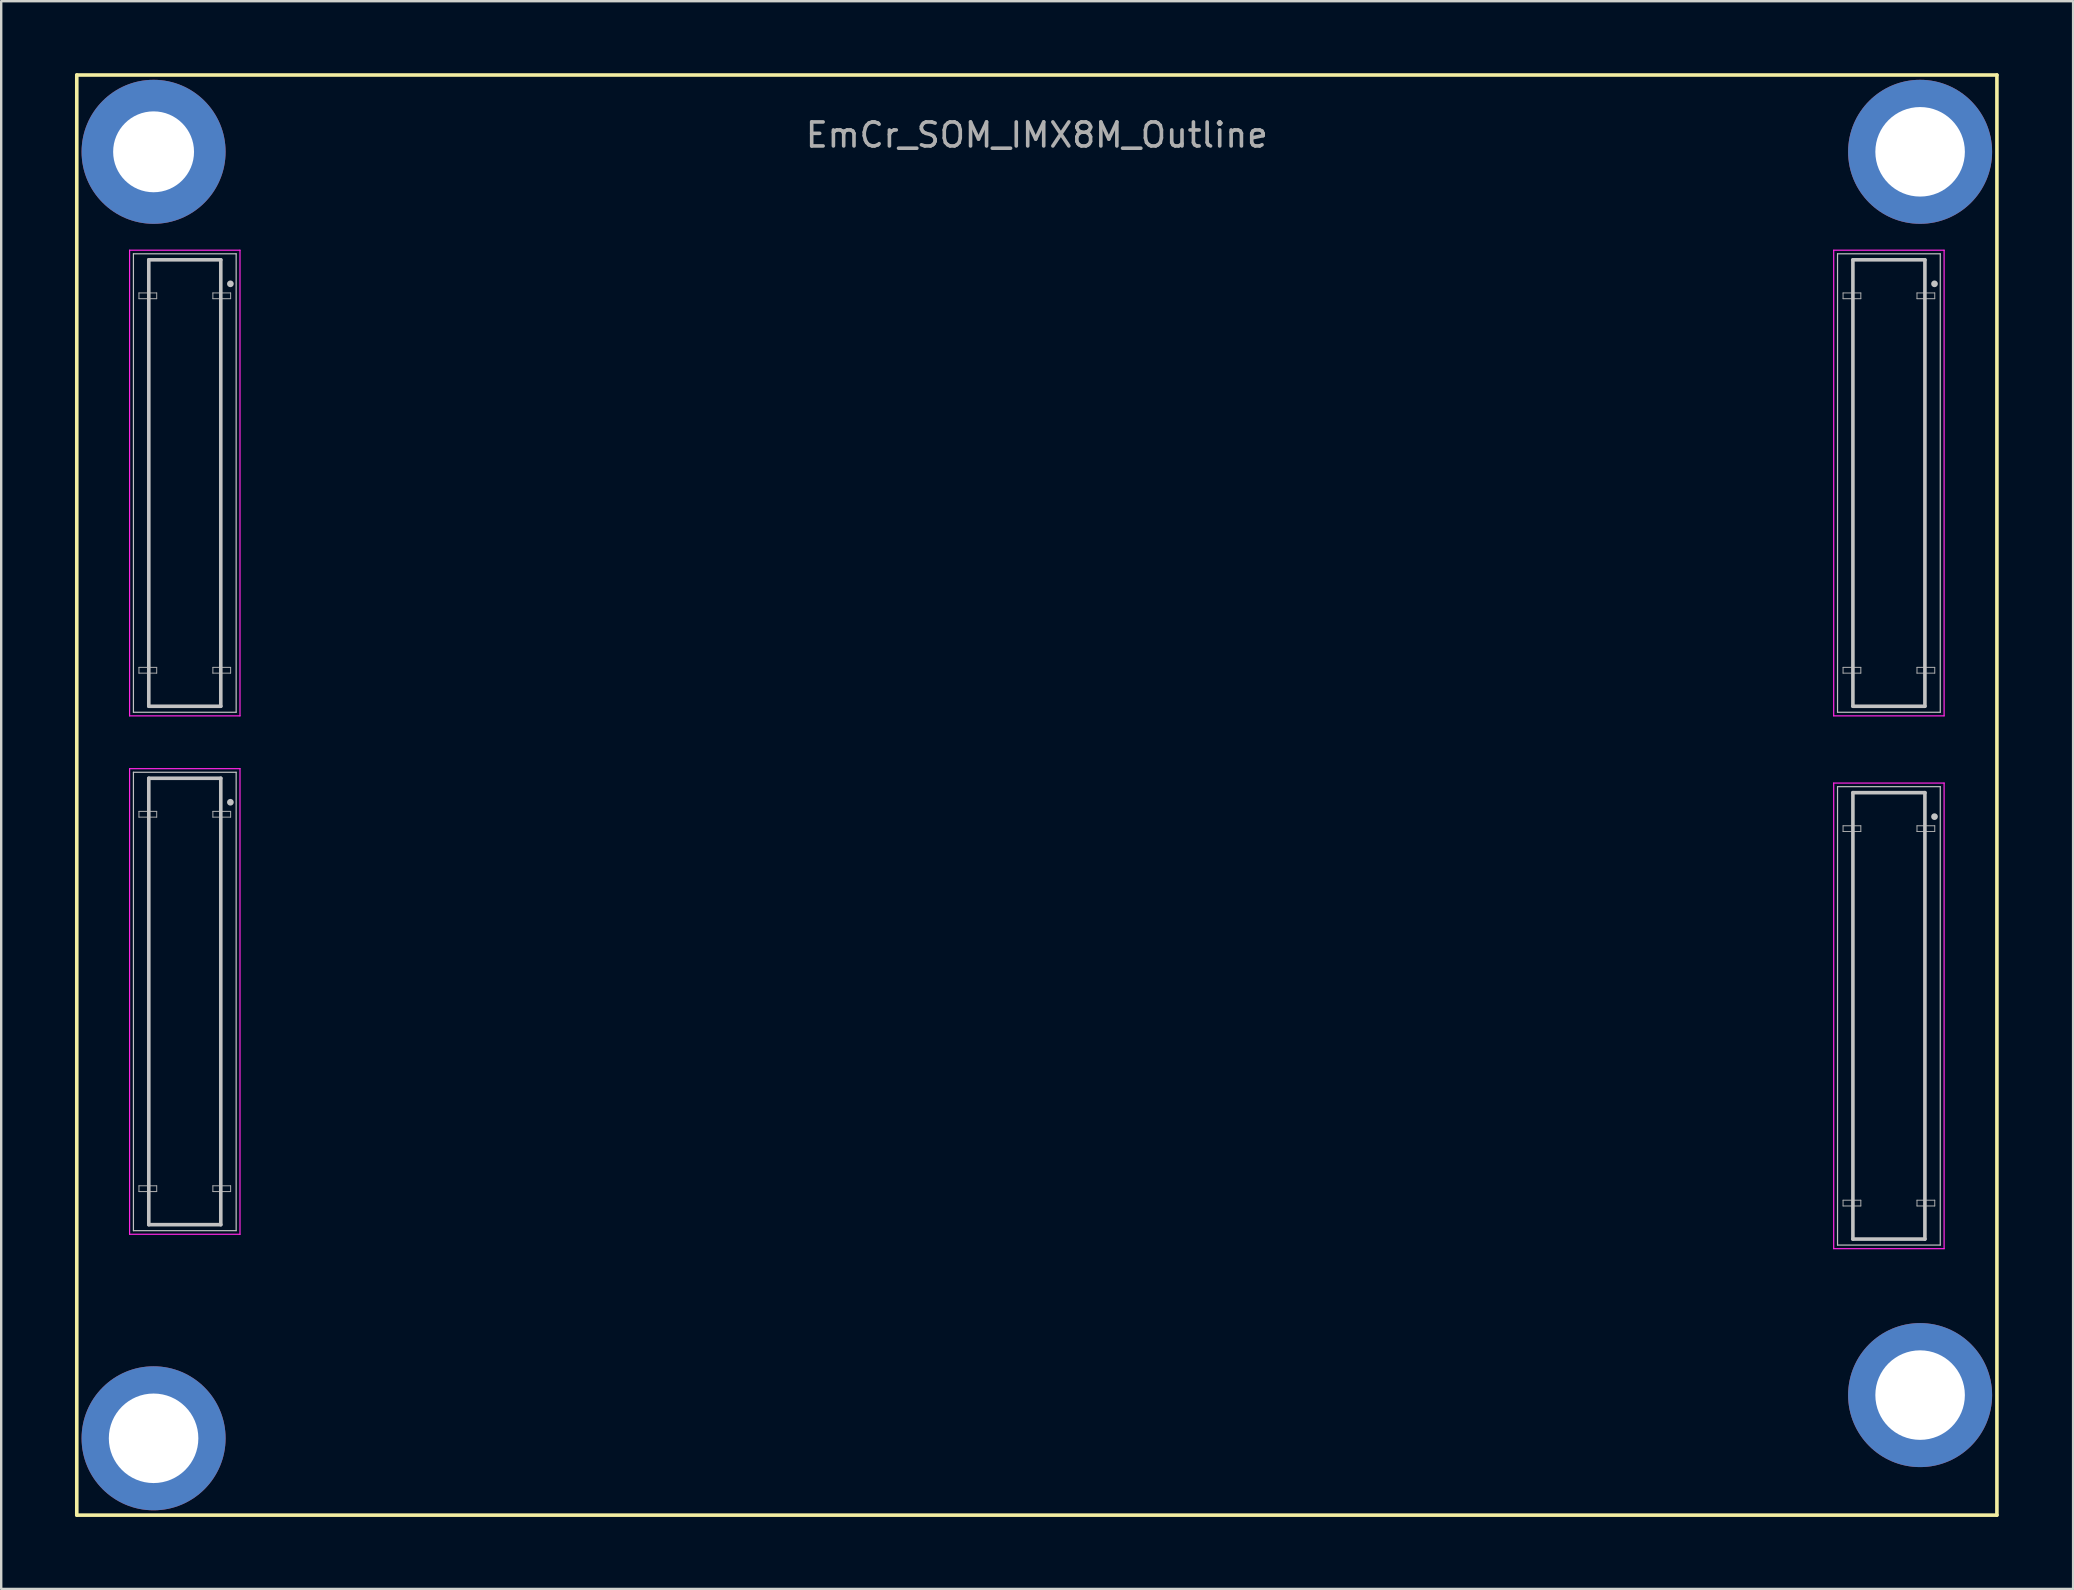
<source format=kicad_pcb>
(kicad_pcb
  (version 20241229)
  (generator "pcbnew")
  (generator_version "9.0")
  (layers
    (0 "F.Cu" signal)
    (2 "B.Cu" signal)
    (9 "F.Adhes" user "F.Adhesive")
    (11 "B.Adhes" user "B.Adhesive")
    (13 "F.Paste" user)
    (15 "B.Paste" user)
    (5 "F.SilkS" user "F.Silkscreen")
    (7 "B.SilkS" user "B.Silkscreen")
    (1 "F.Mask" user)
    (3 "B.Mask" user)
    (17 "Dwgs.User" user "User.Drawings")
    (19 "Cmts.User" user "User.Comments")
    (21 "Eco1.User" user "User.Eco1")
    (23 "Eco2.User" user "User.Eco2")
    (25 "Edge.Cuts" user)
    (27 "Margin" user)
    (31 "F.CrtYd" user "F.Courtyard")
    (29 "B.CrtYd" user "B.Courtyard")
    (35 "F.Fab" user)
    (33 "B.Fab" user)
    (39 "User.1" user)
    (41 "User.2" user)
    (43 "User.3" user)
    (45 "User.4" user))
  (footprint "EmCr_SOM_IMX8M_Outline"
    (layer "F.Cu")
    (at 40.149 30.075)
    (property "Reference" "EmCr_SOM_IMX8M_Outline" (at 0 -27.5 0) (layer "F.Fab") (effects (font (size 1 1) (thickness 0.15))))
    (attr smd)
    (fp_line (start -40 -30) (end -40 30) (stroke (width 0.15) (type solid)) (layer "F.SilkS"))
    (fp_line (start -40 30) (end 40 30) (stroke (width 0.15) (type solid)) (layer "F.SilkS"))
    (fp_line (start 40 -30) (end -40 -30) (stroke (width 0.15) (type solid)) (layer "F.SilkS"))
    (fp_line (start 40 30) (end 40 -30) (stroke (width 0.15) (type solid)) (layer "F.SilkS"))
    (fp_line (start -37.64 -22.55) (end -33.36 -22.55) (stroke (width 0.05) (type solid)) (layer "Dwgs.User"))
    (fp_line (start -37.64 -3.45) (end -37.64 -22.55) (stroke (width 0.05) (type solid)) (layer "Dwgs.User"))
    (fp_line (start -37.64 -0.95) (end -33.36 -0.95) (stroke (width 0.05) (type solid)) (layer "Dwgs.User"))
    (fp_line (start -37.64 18.15) (end -37.64 -0.95) (stroke (width 0.05) (type solid)) (layer "Dwgs.User"))
    (fp_line (start -37 -22.3) (end -34 -22.3) (stroke (width 0.15) (type solid)) (layer "Dwgs.User"))
    (fp_line (start -37 -3.7) (end -37 -22.3) (stroke (width 0.15) (type solid)) (layer "Dwgs.User"))
    (fp_line (start -37 -0.7) (end -34 -0.7) (stroke (width 0.15) (type solid)) (layer "Dwgs.User"))
    (fp_line (start -37 17.9) (end -37 -0.7) (stroke (width 0.15) (type solid)) (layer "Dwgs.User"))
    (fp_line (start -34 -22.3) (end -34 -3.7) (stroke (width 0.15) (type solid)) (layer "Dwgs.User"))
    (fp_line (start -34 -3.7) (end -37 -3.7) (stroke (width 0.15) (type solid)) (layer "Dwgs.User"))
    (fp_line (start -34 -0.7) (end -34 17.9) (stroke (width 0.15) (type solid)) (layer "Dwgs.User"))
    (fp_line (start -34 17.9) (end -37 17.9) (stroke (width 0.15) (type solid)) (layer "Dwgs.User"))
    (fp_line (start -33.36 -22.55) (end -33.36 -3.45) (stroke (width 0.05) (type solid)) (layer "Dwgs.User"))
    (fp_line (start -33.36 -3.45) (end -37.64 -3.45) (stroke (width 0.05) (type solid)) (layer "Dwgs.User"))
    (fp_line (start -33.36 -0.95) (end -33.36 18.15) (stroke (width 0.05) (type solid)) (layer "Dwgs.User"))
    (fp_line (start -33.36 18.15) (end -37.64 18.15) (stroke (width 0.05) (type solid)) (layer "Dwgs.User"))
    (fp_line (start 33.36 -22.55) (end 37.64 -22.55) (stroke (width 0.05) (type solid)) (layer "Dwgs.User"))
    (fp_line (start 33.36 -3.45) (end 33.36 -22.55) (stroke (width 0.05) (type solid)) (layer "Dwgs.User"))
    (fp_line (start 33.36 -0.35) (end 37.64 -0.35) (stroke (width 0.05) (type solid)) (layer "Dwgs.User"))
    (fp_line (start 33.36 18.75) (end 33.36 -0.35) (stroke (width 0.05) (type solid)) (layer "Dwgs.User"))
    (fp_line (start 34 -22.3) (end 37 -22.3) (stroke (width 0.15) (type solid)) (layer "Dwgs.User"))
    (fp_line (start 34 -3.7) (end 34 -22.3) (stroke (width 0.15) (type solid)) (layer "Dwgs.User"))
    (fp_line (start 34 -0.1) (end 37 -0.1) (stroke (width 0.15) (type solid)) (layer "Dwgs.User"))
    (fp_line (start 34 18.5) (end 34 -0.1) (stroke (width 0.15) (type solid)) (layer "Dwgs.User"))
    (fp_line (start 37 -22.3) (end 37 -3.7) (stroke (width 0.15) (type solid)) (layer "Dwgs.User"))
    (fp_line (start 37 -3.7) (end 34 -3.7) (stroke (width 0.15) (type solid)) (layer "Dwgs.User"))
    (fp_line (start 37 -0.1) (end 37 18.5) (stroke (width 0.15) (type solid)) (layer "Dwgs.User"))
    (fp_line (start 37 18.5) (end 34 18.5) (stroke (width 0.15) (type solid)) (layer "Dwgs.User"))
    (fp_line (start 37.64 -22.55) (end 37.64 -3.45) (stroke (width 0.05) (type solid)) (layer "Dwgs.User"))
    (fp_line (start 37.64 -3.45) (end 33.36 -3.45) (stroke (width 0.05) (type solid)) (layer "Dwgs.User"))
    (fp_line (start 37.64 -0.35) (end 37.64 18.75) (stroke (width 0.05) (type solid)) (layer "Dwgs.User"))
    (fp_line (start 37.64 18.75) (end 33.36 18.75) (stroke (width 0.05) (type solid)) (layer "Dwgs.User"))
    (fp_circle (center -33.6 -21.3) (end -33.6 -21.23) (stroke (width 0.14) (type solid)) (fill no) (layer "Dwgs.User"))
    (fp_circle (center -33.6 0.3) (end -33.6 0.37) (stroke (width 0.14) (type solid)) (fill no) (layer "Dwgs.User"))
    (fp_circle (center 37.4 -21.3) (end 37.4 -21.23) (stroke (width 0.14) (type solid)) (fill no) (layer "Dwgs.User"))
    (fp_circle (center 37.4 0.9) (end 37.4 0.97) (stroke (width 0.14) (type solid)) (fill no) (layer "Dwgs.User"))
    (fp_line (start -37.1 -28.1) (end -37.9 -27.4) (stroke (width 0.15) (type solid)) (layer "Eco2.User"))
    (fp_line (start -36.7 -28.1) (end -37.9 -26.9) (stroke (width 0.15) (type solid)) (layer "Eco2.User"))
    (fp_line (start -36.5 -22.3) (end -40 -19.7) (stroke (width 0.15) (type solid)) (layer "Eco2.User"))
    (fp_line (start -36.5 25.7) (end -37.6 26.2) (stroke (width 0.15) (type solid)) (layer "Eco2.User"))
    (fp_line (start -36.3 -28) (end -37.7 -26.6) (stroke (width 0.15) (type solid)) (layer "Eco2.User"))
    (fp_line (start -36.1 -27.7) (end -37.4 -26.3) (stroke (width 0.15) (type solid)) (layer "Eco2.User"))
    (fp_line (start -36 25.9) (end -37.6 26.6) (stroke (width 0.15) (type solid)) (layer "Eco2.User"))
    (fp_line (start -35.9 -27.3) (end -36.9 -26.2) (stroke (width 0.15) (type solid)) (layer "Eco2.User"))
    (fp_line (start -35.7 26.4) (end -37.4 27.1) (stroke (width 0.15) (type solid)) (layer "Eco2.User"))
    (fp_line (start -35.6 26.7) (end -36.9 27.4) (stroke (width 0.15) (type solid)) (layer "Eco2.User"))
    (fp_line (start -33.1 -21.7) (end -40 -16.6) (stroke (width 0.15) (type solid)) (layer "Eco2.User"))
    (fp_line (start -33.1 -0.1) (end -40 6.8) (stroke (width 0.15) (type solid)) (layer "Eco2.User"))
    (fp_line (start -32.7 16.1) (end -34.5 17.5) (stroke (width 0.15) (type solid)) (layer "Eco2.User"))
    (fp_line (start -32.6 11.7) (end -38.1 16.8) (stroke (width 0.15) (type solid)) (layer "Eco2.User"))
    (fp_line (start -32.6 14.1) (end -36.4 17.3) (stroke (width 0.15) (type solid)) (layer "Eco2.User"))
    (fp_line (start -31.9 -16.2) (end -40 -9.9) (stroke (width 0.15) (type solid)) (layer "Eco2.User"))
    (fp_line (start -31.9 6.5) (end -40 14.6) (stroke (width 0.15) (type solid)) (layer "Eco2.User"))
    (fp_line (start -31.8 4.1) (end -40 12.3) (stroke (width 0.15) (type solid)) (layer "Eco2.User"))
    (fp_line (start -31.4 0.7) (end -40 9.3) (stroke (width 0.15) (type solid)) (layer "Eco2.User"))
    (fp_line (start -31.1 8.5) (end -39.3 16.2) (stroke (width 0.15) (type solid)) (layer "Eco2.User"))
    (fp_line (start -31 -19.8) (end -40 -12.8) (stroke (width 0.15) (type solid)) (layer "Eco2.User"))
    (fp_line (start -30.9 -14.3) (end -40 -5.9) (stroke (width 0.15) (type solid)) (layer "Eco2.User"))
    (fp_line (start -29.9 21.7) (end -30.2 22) (stroke (width 0.15) (type solid)) (layer "Eco2.User"))
    (fp_line (start -29.9 22.9) (end -30.2 23.2) (stroke (width 0.15) (type solid)) (layer "Eco2.User"))
    (fp_line (start -29.9 24) (end -30.2 24.3) (stroke (width 0.15) (type solid)) (layer "Eco2.User"))
    (fp_line (start -29.8 19.1) (end -30.2 19.4) (stroke (width 0.15) (type solid)) (layer "Eco2.User"))
    (fp_line (start -29.8 20.3) (end -30.2 20.8) (stroke (width 0.15) (type solid)) (layer "Eco2.User"))
    (fp_line (start -29.7 24.8) (end -30 25.2) (stroke (width 0.15) (type solid)) (layer "Eco2.User"))
    (fp_line (start -29.5 7.9) (end -25.9 3.6) (stroke (width 0.15) (type solid)) (layer "Eco2.User"))
    (fp_line (start -29.1 25.4) (end -29.4 25.8) (stroke (width 0.15) (type solid)) (layer "Eco2.User"))
    (fp_line (start -28.6 11.2) (end -29.3 11.9) (stroke (width 0.15) (type solid)) (layer "Eco2.User"))
    (fp_line (start -28.5 13.3) (end -29 13.8) (stroke (width 0.15) (type solid)) (layer "Eco2.User"))
    (fp_line (start -28.5 15.1) (end -29 15.6) (stroke (width 0.15) (type solid)) (layer "Eco2.User"))
    (fp_line (start -28.4 8.6) (end -29.5 10.1) (stroke (width 0.15) (type solid)) (layer "Eco2.User"))
    (fp_line (start -28.4 16.6) (end -29.9 17.7) (stroke (width 0.15) (type solid)) (layer "Eco2.User"))
    (fp_line (start -28.3 26.1) (end -28.7 26.5) (stroke (width 0.15) (type solid)) (layer "Eco2.User"))
    (fp_line (start -27.4 27) (end -27.8 27.4) (stroke (width 0.15) (type solid)) (layer "Eco2.User"))
    (fp_line (start -27.3 -14.1) (end -40 -2.4) (stroke (width 0.15) (type solid)) (layer "Eco2.User"))
    (fp_line (start -26.6 27.8) (end -27 28.2) (stroke (width 0.15) (type solid)) (layer "Eco2.User"))
    (fp_line (start -25.6 29.7) (end -24.3 28.1) (stroke (width 0.15) (type solid)) (layer "Eco2.User"))
    (fp_line (start -25.5 28.1) (end -26.1 29) (stroke (width 0.15) (type solid)) (layer "Eco2.User"))
    (fp_line (start -24.7 -13.9) (end -40 2.1) (stroke (width 0.15) (type solid)) (layer "Eco2.User"))
    (fp_line (start -24.4 3.5) (end -26.3 5.9) (stroke (width 0.15) (type solid)) (layer "Eco2.User"))
    (fp_line (start -22.5 3.5) (end -24.4 5.9) (stroke (width 0.15) (type solid)) (layer "Eco2.User"))
    (fp_line (start -22.2 -12.1) (end -32.9 -0.5) (stroke (width 0.15) (type solid)) (layer "Eco2.User"))
    (fp_line (start -22 28.1) (end -23.6 30) (stroke (width 0.15) (type solid)) (layer "Eco2.User"))
    (fp_line (start -19.6 -10.7) (end -30.2 -0.5) (stroke (width 0.15) (type solid)) (layer "Eco2.User"))
    (fp_line (start -19.5 -7.3) (end -27.4 -0.4) (stroke (width 0.15) (type solid)) (layer "Eco2.User"))
    (fp_line (start -18.9 -5.4) (end -27 1.9) (stroke (width 0.15) (type solid)) (layer "Eco2.User"))
    (fp_line (start -18.9 28.2) (end -20.1 30) (stroke (width 0.15) (type solid)) (layer "Eco2.User"))
    (fp_line (start -18.1 5.7) (end -20 7.3) (stroke (width 0.15) (type solid)) (layer "Eco2.User"))
    (fp_line (start -18 4) (end -20 6.2) (stroke (width 0.15) (type solid)) (layer "Eco2.User"))
    (fp_line (start -17.3 6.8) (end -23.1 12.1) (stroke (width 0.15) (type solid)) (layer "Eco2.User"))
    (fp_line (start -15.6 -5.4) (end -24.4 2.2) (stroke (width 0.15) (type solid)) (layer "Eco2.User"))
    (fp_line (start -15.6 6.9) (end -26 16.8) (stroke (width 0.15) (type solid)) (layer "Eco2.User"))
    (fp_line (start -15.2 28.2) (end -16.4 30) (stroke (width 0.15) (type solid)) (layer "Eco2.User"))
    (fp_line (start -14.3 -25.2) (end -16.1 -23.5) (stroke (width 0.15) (type solid)) (layer "Eco2.User"))
    (fp_line (start -13.6 18.6) (end -17.5 24.8) (stroke (width 0.15) (type solid)) (layer "Eco2.User"))
    (fp_line (start -13.4 -24.2) (end -17.9 -21) (stroke (width 0.15) (type solid)) (layer "Eco2.User"))
    (fp_line (start -13 7) (end -28.7 23) (stroke (width 0.15) (type solid)) (layer "Eco2.User"))
    (fp_line (start -12.4 -22.9) (end -16.6 -20.2) (stroke (width 0.15) (type solid)) (layer "Eco2.User"))
    (fp_line (start -12.2 -6.5) (end -21.4 1.8) (stroke (width 0.15) (type solid)) (layer "Eco2.User"))
    (fp_line (start -11.4 18.7) (end -14.7 24.8) (stroke (width 0.15) (type solid)) (layer "Eco2.User"))
    (fp_line (start -11.2 -22.4) (end -16.6 -18.2) (stroke (width 0.15) (type solid)) (layer "Eco2.User"))
    (fp_line (start -11 21.8) (end -12.7 24.8) (stroke (width 0.15) (type solid)) (layer "Eco2.User"))
    (fp_line (start -10.6 -21.2) (end -15.9 -16.9) (stroke (width 0.15) (type solid)) (layer "Eco2.User"))
    (fp_line (start -10.6 -1.9) (end -16.7 4.3) (stroke (width 0.15) (type solid)) (layer "Eco2.User"))
    (fp_line (start -10.6 28.2) (end -11.8 30) (stroke (width 0.15) (type solid)) (layer "Eco2.User"))
    (fp_line (start -10.4 7) (end -25.3 23.7) (stroke (width 0.15) (type solid)) (layer "Eco2.User"))
    (fp_line (start -10.2 -19.7) (end -15.3 -15.9) (stroke (width 0.15) (type solid)) (layer "Eco2.User"))
    (fp_line (start -10.1 -18.2) (end -15 -14.3) (stroke (width 0.15) (type solid)) (layer "Eco2.User"))
    (fp_line (start -10.1 -6) (end -20.1 3.4) (stroke (width 0.15) (type solid)) (layer "Eco2.User"))
    (fp_line (start -9.9 -0.4) (end -14.3 4.4) (stroke (width 0.15) (type solid)) (layer "Eco2.User"))
    (fp_line (start -9.2 -17) (end -13 -13.9) (stroke (width 0.15) (type solid)) (layer "Eco2.User"))
    (fp_line (start -9.1 -5.3) (end -17.8 3.6) (stroke (width 0.15) (type solid)) (layer "Eco2.User"))
    (fp_line (start -8.1 8.8) (end -21.4 24.8) (stroke (width 0.15) (type solid)) (layer "Eco2.User"))
    (fp_line (start -8 12) (end -11.7 16.6) (stroke (width 0.15) (type solid)) (layer "Eco2.User"))
    (fp_line (start -8 14.7) (end -9.6 16.7) (stroke (width 0.15) (type solid)) (layer "Eco2.User"))
    (fp_line (start -6.1 -2.3) (end -10.5 4.2) (stroke (width 0.15) (type solid)) (layer "Eco2.User"))
    (fp_line (start -5 28.3) (end -6.3 30) (stroke (width 0.15) (type solid)) (layer "Eco2.User"))
    (fp_line (start -4 4) (end -4.8 4.6) (stroke (width 0.15) (type solid)) (layer "Eco2.User"))
    (fp_line (start -3.6 5.5) (end -4.3 5.8) (stroke (width 0.15) (type solid)) (layer "Eco2.User"))
    (fp_line (start -2.9 6.2) (end -3.5 6.6) (stroke (width 0.15) (type solid)) (layer "Eco2.User"))
    (fp_line (start -2.8 2) (end -4.8 3.3) (stroke (width 0.15) (type solid)) (layer "Eco2.User"))
    (fp_line (start -2 7) (end -2.7 7.5) (stroke (width 0.15) (type solid)) (layer "Eco2.User"))
    (fp_line (start -2 12) (end -3.6 13.4) (stroke (width 0.15) (type solid)) (layer "Eco2.User"))
    (fp_line (start -1.6 12.2) (end -3.5 13.9) (stroke (width 0.15) (type solid)) (layer "Eco2.User"))
    (fp_line (start -1.3 12.5) (end -3.3 14.3) (stroke (width 0.15) (type solid)) (layer "Eco2.User"))
    (fp_line (start -1 8.1) (end -1.7 8.5) (stroke (width 0.15) (type solid)) (layer "Eco2.User"))
    (fp_line (start -1 12.8) (end -3 14.6) (stroke (width 0.15) (type solid)) (layer "Eco2.User"))
    (fp_line (start -1 14) (end -2.3 14.9) (stroke (width 0.15) (type solid)) (layer "Eco2.User"))
    (fp_line (start -0.8 13.3) (end -2.6 14.8) (stroke (width 0.15) (type solid)) (layer "Eco2.User"))
    (fp_line (start -0.3 28.3) (end -1.3 30) (stroke (width 0.15) (type solid)) (layer "Eco2.User"))
    (fp_line (start -0.1 -27.4) (end -4 -23.6) (stroke (width 0.15) (type solid)) (layer "Eco2.User"))
    (fp_line (start 0 -18.5) (end -1.5 -16.9) (stroke (width 0.15) (type solid)) (layer "Eco2.User"))
    (fp_line (start 0.3 9.3) (end -0.5 9.7) (stroke (width 0.15) (type solid)) (layer "Eco2.User"))
    (fp_line (start 1.3 10.3) (end 0.6 10.8) (stroke (width 0.15) (type solid)) (layer "Eco2.User"))
    (fp_line (start 2.7 11.7) (end 1.9 12.2) (stroke (width 0.15) (type solid)) (layer "Eco2.User"))
    (fp_line (start 3.4 -27.5) (end -0.6 -23.5) (stroke (width 0.15) (type solid)) (layer "Eco2.User"))
    (fp_line (start 3.9 28.3) (end 2.7 30) (stroke (width 0.15) (type solid)) (layer "Eco2.User"))
    (fp_line (start 4.1 13.1) (end 3.4 13.7) (stroke (width 0.15) (type solid)) (layer "Eco2.User"))
    (fp_line (start 6 11.8) (end 5.2 12.8) (stroke (width 0.15) (type solid)) (layer "Eco2.User"))
    (fp_line (start 6.1 10.4) (end 5.3 11.2) (stroke (width 0.15) (type solid)) (layer "Eco2.User"))
    (fp_line (start 6.1 13.1) (end 5.1 13.8) (stroke (width 0.15) (type solid)) (layer "Eco2.User"))
    (fp_line (start 6.6 13.7) (end 4.8 15.1) (stroke (width 0.15) (type solid)) (layer "Eco2.User"))
    (fp_line (start 7.6 14.6) (end 5.7 16) (stroke (width 0.15) (type solid)) (layer "Eco2.User"))
    (fp_line (start 7.7 28.3) (end 6.7 30) (stroke (width 0.15) (type solid)) (layer "Eco2.User"))
    (fp_line (start 8.5 -27.5) (end 1.9 -21.1) (stroke (width 0.15) (type solid)) (layer "Eco2.User"))
    (fp_line (start 8.7 15.6) (end 6.8 17.2) (stroke (width 0.15) (type solid)) (layer "Eco2.User"))
    (fp_line (start 9.6 16.6) (end 8.1 18.4) (stroke (width 0.15) (type solid)) (layer "Eco2.User"))
    (fp_line (start 10.3 28.3) (end 9.2 30) (stroke (width 0.15) (type solid)) (layer "Eco2.User"))
    (fp_line (start 10.4 17.4) (end 9 19.4) (stroke (width 0.15) (type solid)) (layer "Eco2.User"))
    (fp_line (start 11.8 -27.5) (end -0.7 -14) (stroke (width 0.15) (type solid)) (layer "Eco2.User"))
    (fp_line (start 11.8 17.5) (end 10.3 20.3) (stroke (width 0.15) (type solid)) (layer "Eco2.User"))
    (fp_line (start 12.3 14.3) (end 11.3 16) (stroke (width 0.15) (type solid)) (layer "Eco2.User"))
    (fp_line (start 12.9 18.4) (end 11.2 23.1) (stroke (width 0.15) (type solid)) (layer "Eco2.User"))
    (fp_line (start 13.9 14.9) (end 13.4 15.6) (stroke (width 0.15) (type solid)) (layer "Eco2.User"))
    (fp_line (start 14.2 24.4) (end 10.5 28.1) (stroke (width 0.15) (type solid)) (layer "Eco2.User"))
    (fp_line (start 14.6 17.7) (end 14 19.2) (stroke (width 0.15) (type solid)) (layer "Eco2.User"))
    (fp_line (start 15.6 15.1) (end 14.9 15.9) (stroke (width 0.15) (type solid)) (layer "Eco2.User"))
    (fp_line (start 16.6 17.2) (end 15.3 20.3) (stroke (width 0.15) (type solid)) (layer "Eco2.User"))
    (fp_line (start 16.8 25.1) (end 12.4 30) (stroke (width 0.15) (type solid)) (layer "Eco2.User"))
    (fp_line (start 17.4 15.6) (end 16.6 16.4) (stroke (width 0.15) (type solid)) (layer "Eco2.User"))
    (fp_line (start 17.7 -27.5) (end -1.8 -6.7) (stroke (width 0.15) (type solid)) (layer "Eco2.User"))
    (fp_line (start 17.9 17.8) (end 16.5 20.7) (stroke (width 0.15) (type solid)) (layer "Eco2.User"))
    (fp_line (start 18.9 25.9) (end 15.6 30) (stroke (width 0.15) (type solid)) (layer "Eco2.User"))
    (fp_line (start 19 15.9) (end 18.4 16.6) (stroke (width 0.15) (type solid)) (layer "Eco2.User"))
    (fp_line (start 20.1 18.4) (end 18.9 20.3) (stroke (width 0.15) (type solid)) (layer "Eco2.User"))
    (fp_line (start 20.7 15.7) (end 20.1 16.6) (stroke (width 0.15) (type solid)) (layer "Eco2.User"))
    (fp_line (start 21.5 -26.2) (end -5.6 2.1) (stroke (width 0.15) (type solid)) (layer "Eco2.User"))
    (fp_line (start 21.9 -20.2) (end -0.1 2.2) (stroke (width 0.15) (type solid)) (layer "Eco2.User"))
    (fp_line (start 21.9 -15.2) (end 1.1 5.8) (stroke (width 0.15) (type solid)) (layer "Eco2.User"))
    (fp_line (start 22 19.4) (end 19.2 23.8) (stroke (width 0.15) (type solid)) (layer "Eco2.User"))
    (fp_line (start 23.4 25.2) (end 21.5 27.1) (stroke (width 0.15) (type solid)) (layer "Eco2.User"))
    (fp_line (start 23.9 20.7) (end 19.5 26) (stroke (width 0.15) (type solid)) (layer "Eco2.User"))
    (fp_line (start 24.3 -13.8) (end 5.7 6.3) (stroke (width 0.15) (type solid)) (layer "Eco2.User"))
    (fp_line (start 25.8 -9.9) (end 8.6 10.4) (stroke (width 0.15) (type solid)) (layer "Eco2.User"))
    (fp_line (start 26.4 -4.3) (end 13.6 12.1) (stroke (width 0.15) (type solid)) (layer "Eco2.User"))
    (fp_line (start 27.4 -17.8) (end 26 -16.3) (stroke (width 0.15) (type solid)) (layer "Eco2.User"))
    (fp_line (start 27.5 20.8) (end 25.5 22.4) (stroke (width 0.15) (type solid)) (layer "Eco2.User"))
    (fp_line (start 28 -17.6) (end 26.2 -15.8) (stroke (width 0.15) (type solid)) (layer "Eco2.User"))
    (fp_line (start 28.5 -17.2) (end 26.5 -15.4) (stroke (width 0.15) (type solid)) (layer "Eco2.User"))
    (fp_line (start 28.6 -16) (end 27.8 -15.3) (stroke (width 0.15) (type solid)) (layer "Eco2.User"))
    (fp_line (start 28.7 -16.6) (end 27 -15.2) (stroke (width 0.15) (type solid)) (layer "Eco2.User"))
    (fp_line (start 29.1 -2.1) (end 19.9 13.7) (stroke (width 0.15) (type solid)) (layer "Eco2.User"))
    (fp_line (start 29.5 25.5) (end 29.2 25.7) (stroke (width 0.15) (type solid)) (layer "Eco2.User"))
    (fp_line (start 29.6 17) (end 29 17.6) (stroke (width 0.15) (type solid)) (layer "Eco2.User"))
    (fp_line (start 29.8 20.8) (end 28.2 22.3) (stroke (width 0.15) (type solid)) (layer "Eco2.User"))
    (fp_line (start 29.9 25.4) (end 29.2 26.2) (stroke (width 0.15) (type solid)) (layer "Eco2.User"))
    (fp_line (start 30.2 17) (end 29 18.1) (stroke (width 0.15) (type solid)) (layer "Eco2.User"))
    (fp_line (start 30.6 25.4) (end 29.2 26.8) (stroke (width 0.15) (type solid)) (layer "Eco2.User"))
    (fp_line (start 30.7 17.1) (end 29.1 18.5) (stroke (width 0.15) (type solid)) (layer "Eco2.User"))
    (fp_line (start 31.2 20.8) (end 30.2 22.3) (stroke (width 0.15) (type solid)) (layer "Eco2.User"))
    (fp_line (start 31.2 25.5) (end 29.7 27.1) (stroke (width 0.15) (type solid)) (layer "Eco2.User"))
    (fp_line (start 31.3 17.2) (end 29.6 18.6) (stroke (width 0.15) (type solid)) (layer "Eco2.User"))
    (fp_line (start 31.3 17.6) (end 30.2 18.6) (stroke (width 0.15) (type solid)) (layer "Eco2.User"))
    (fp_line (start 31.3 18.2) (end 30.8 18.6) (stroke (width 0.15) (type solid)) (layer "Eco2.User"))
    (fp_line (start 31.3 26) (end 30.1 27.2) (stroke (width 0.15) (type solid)) (layer "Eco2.User"))
    (fp_line (start 31.3 26.5) (end 30.8 27.1) (stroke (width 0.15) (type solid)) (layer "Eco2.User"))
    (fp_line (start 32.2 -0.4) (end 23.3 15.4) (stroke (width 0.15) (type solid)) (layer "Eco2.User"))
    (fp_line (start 34.2 18.1) (end 32.5 21.7) (stroke (width 0.15) (type solid)) (layer "Eco2.User"))
    (fp_line (start 35.2 -22.2) (end 29.5 -15.2) (stroke (width 0.15) (type solid)) (layer "Eco2.User"))
    (fp_line (start 36.5 -27.8) (end 35.5 -26.8) (stroke (width 0.15) (type solid)) (layer "Eco2.User"))
    (fp_line (start 36.9 -27.7) (end 35.6 -26.4) (stroke (width 0.15) (type solid)) (layer "Eco2.User"))
    (fp_line (start 37 -0.8) (end 29 15.2) (stroke (width 0.15) (type solid)) (layer "Eco2.User"))
    (fp_line (start 37.1 24) (end 36.1 24.7) (stroke (width 0.15) (type solid)) (layer "Eco2.User"))
    (fp_line (start 37.2 -27.5) (end 35.9 -26.1) (stroke (width 0.15) (type solid)) (layer "Eco2.User"))
    (fp_line (start 37.4 -27.2) (end 36.2 -25.9) (stroke (width 0.15) (type solid)) (layer "Eco2.User"))
    (fp_line (start 37.5 -26.7) (end 36.7 -25.9) (stroke (width 0.15) (type solid)) (layer "Eco2.User"))
    (fp_line (start 37.5 24.3) (end 36.1 25.2) (stroke (width 0.15) (type solid)) (layer "Eco2.User"))
    (fp_line (start 37.6 25.5) (end 36.8 25.9) (stroke (width 0.15) (type solid)) (layer "Eco2.User"))
    (fp_line (start 37.7 -22.1) (end 29.2 -12.3) (stroke (width 0.15) (type solid)) (layer "Eco2.User"))
    (fp_line (start 37.7 24.6) (end 36.3 25.5) (stroke (width 0.15) (type solid)) (layer "Eco2.User"))
    (fp_line (start 37.7 25.1) (end 36.6 25.7) (stroke (width 0.15) (type solid)) (layer "Eco2.User"))
    (fp_line (start 39.9 -10.1) (end 35.9 -4.6) (stroke (width 0.15) (type solid)) (layer "Eco2.User"))
    (fp_line (start 40 -19.3) (end 30.8 -6.6) (stroke (width 0.15) (type solid)) (layer "Eco2.User"))
    (fp_line (start 40 -13.8) (end 33 -4.4) (stroke (width 0.15) (type solid)) (layer "Eco2.User"))
    (fp_line (start 40 -6.9) (end 38.2 -4.8) (stroke (width 0.15) (type solid)) (layer "Eco2.User"))
    (fp_line (start 40 0.2) (end 32.7 16.5) (stroke (width 0.15) (type solid)) (layer "Eco2.User"))
    (fp_line (start 40 8.9) (end 35.3 18.8) (stroke (width 0.15) (type solid)) (layer "Eco2.User"))
    (fp_line (start 40 13.9) (end 37.4 18.8) (stroke (width 0.15) (type solid)) (layer "Eco2.User"))
    (fp_line (start 40.1 -22.1) (end 28.8 -7.8) (stroke (width 0.15) (type solid)) (layer "Eco2.User"))
    (fp_poly (pts (xy -4.121 -27.485) (xy -4.195 -27.476) (xy -4.348 -27.444) (xy -4.308 -27.485) (xy -4.121 -27.485)) (stroke (width 0.01) (type solid)) (fill no) (layer "Eco2.User"))
    (fp_poly (pts (xy 31.471 27.344) (xy 28.993 27.344) (xy 28.993 25.555) (xy 29.241 25.555) (xy 29.241 27.101) (xy 30.263 27.102) (xy 31.285 27.102) (xy 31.244 26.251) (xy 31.203 25.4) (xy 30.797 25.4) (xy 30.413 25.417) (xy 29.95 25.461) (xy 29.816 25.477) (xy 29.241 25.555) (xy 28.993 25.555) (xy 28.993 25.278) (xy 31.471 25.278) (xy 31.471 27.344)) (stroke (width 0.01) (type solid)) (fill no) (layer "Eco2.User"))
    (fp_poly (pts (xy 30.695 16.896) (xy 31.086 16.928) (xy 31.314 17.026) (xy 31.424 17.224) (xy 31.457 17.558) (xy 31.457 18.017) (xy 31.454 18.716) (xy 28.869 18.716) (xy 28.869 17.872) (xy 29.117 17.872) (xy 29.117 18.594) (xy 31.197 18.594) (xy 31.207 17.878) (xy 31.217 17.162) (xy 30.26 17.108) (xy 29.793 17.089) (xy 29.426 17.085) (xy 29.224 17.098) (xy 29.21 17.103) (xy 29.16 17.24) (xy 29.127 17.547) (xy 29.117 17.872) (xy 28.869 17.872) (xy 28.869 16.893) (xy 30.1 16.893) (xy 30.695 16.896)) (stroke (width 0.01) (type solid)) (fill no) (layer "Eco2.User"))
    (fp_poly (pts (xy 37.365 23.964) (xy 37.675 24.322) (xy 37.831 24.769) (xy 37.816 25.246) (xy 37.613 25.691) (xy 37.489 25.835) (xy 37.201 25.971) (xy 36.811 25.993) (xy 36.433 25.895) (xy 36.385 25.87) (xy 36.091 25.575) (xy 35.919 25.141) (xy 35.901 24.738) (xy 36.097 24.738) (xy 36.145 25.222) (xy 36.43 25.646) (xy 36.641 25.828) (xy 36.827 25.874) (xy 37.119 25.815) (xy 37.13 25.812) (xy 37.396 25.629) (xy 37.575 25.29) (xy 37.632 24.879) (xy 37.608 24.687) (xy 37.463 24.316) (xy 37.193 24.098) (xy 36.83 23.99) (xy 36.535 23.972) (xy 36.356 24.097) (xy 36.29 24.202) (xy 36.097 24.738) (xy 35.901 24.738) (xy 35.897 24.654) (xy 35.941 24.444) (xy 36.165 23.998) (xy 36.494 23.768) (xy 36.918 23.758) (xy 37.365 23.964)) (stroke (width 0.01) (type solid)) (fill no) (layer "Eco2.User"))
    (fp_poly (pts (xy 36.897 -27.877) (xy 37.198 -27.646) (xy 37.464 -27.214) (xy 37.472 -27.199) (xy 37.611 -26.719) (xy 37.581 -26.267) (xy 37.39 -25.918) (xy 37.342 -25.874) (xy 37.001 -25.731) (xy 36.513 -25.7) (xy 36.124 -25.751) (xy 35.78 -25.928) (xy 35.504 -26.252) (xy 35.354 -26.636) (xy 35.355 -26.664) (xy 35.605 -26.664) (xy 35.672 -26.324) (xy 35.884 -26.071) (xy 36.059 -25.994) (xy 36.602 -25.899) (xy 37.021 -25.934) (xy 37.273 -26.094) (xy 37.29 -26.121) (xy 37.421 -26.566) (xy 37.367 -27.007) (xy 37.16 -27.384) (xy 36.83 -27.637) (xy 36.49 -27.709) (xy 36.126 -27.614) (xy 35.848 -27.368) (xy 35.669 -27.032) (xy 35.605 -26.664) (xy 35.355 -26.664) (xy 35.36 -26.907) (xy 35.541 -27.281) (xy 35.848 -27.624) (xy 36.205 -27.868) (xy 36.508 -27.948) (xy 36.897 -27.877)) (stroke (width 0.01) (type solid)) (fill no) (layer "Eco2.User"))
    (fp_poly (pts (xy -36.075 25.516) (xy -35.739 25.848) (xy -35.502 26.355) (xy -35.491 26.696) (xy -35.612 27.082) (xy -35.822 27.422) (xy -36.077 27.624) (xy -36.12 27.638) (xy -36.418 27.716) (xy -36.571 27.761) (xy -36.784 27.743) (xy -37.09 27.631) (xy -37.134 27.609) (xy -37.476 27.353) (xy -37.744 27.022) (xy -37.746 27.02) (xy -37.875 26.736) (xy -37.876 26.715) (xy -37.655 26.715) (xy -37.505 27.087) (xy -37.194 27.369) (xy -36.726 27.546) (xy -36.313 27.499) (xy -35.985 27.236) (xy -35.898 27.096) (xy -35.752 26.621) (xy -35.804 26.192) (xy -36.026 25.858) (xy -36.396 25.669) (xy -36.625 25.643) (xy -37.091 25.738) (xy -37.43 25.985) (xy -37.624 26.329) (xy -37.655 26.715) (xy -37.876 26.715) (xy -37.888 26.483) (xy -37.795 26.144) (xy -37.572 25.744) (xy -37.207 25.503) (xy -36.667 25.405) (xy -36.479 25.4) (xy -36.075 25.516)) (stroke (width 0.01) (type solid)) (fill no) (layer "Eco2.User"))
    (fp_poly (pts (xy -36.392 -28.215) (xy -36.089 -27.958) (xy -35.84 -27.622) (xy -35.714 -27.282) (xy -35.711 -27.251) (xy -35.769 -26.884) (xy -35.96 -26.491) (xy -35.966 -26.482) (xy -36.215 -26.193) (xy -36.503 -26.064) (xy -36.741 -26.034) (xy -37.236 -26.075) (xy -37.525 -26.202) (xy -37.778 -26.458) (xy -37.983 -26.795) (xy -37.986 -26.802) (xy -38.087 -27.114) (xy -38.059 -27.336) (xy -37.829 -27.336) (xy -37.781 -26.866) (xy -37.706 -26.682) (xy -37.54 -26.399) (xy -37.344 -26.277) (xy -37.011 -26.251) (xy -37.001 -26.251) (xy -36.498 -26.337) (xy -36.218 -26.515) (xy -35.984 -26.869) (xy -35.941 -27.266) (xy -36.066 -27.641) (xy -36.334 -27.93) (xy -36.721 -28.069) (xy -36.808 -28.074) (xy -37.318 -27.979) (xy -37.666 -27.72) (xy -37.829 -27.336) (xy -38.059 -27.336) (xy -38.054 -27.373) (xy -37.957 -27.588) (xy -37.659 -27.94) (xy -37.216 -28.202) (xy -36.728 -28.316) (xy -36.68 -28.317) (xy -36.392 -28.215)) (stroke (width 0.01) (type solid)) (fill no) (layer "Eco2.User"))
    (fp_poly (pts (xy -34.399 -29.905) (xy -34.359 -29.6) (xy -34.337 -29.152) (xy -34.332 -28.612) (xy -34.343 -28.03) (xy -34.369 -27.454) (xy -34.409 -26.936) (xy -34.463 -26.525) (xy -34.524 -26.28) (xy -34.921 -25.617) (xy -35.471 -25.128) (xy -36.146 -24.836) (xy -36.273 -24.807) (xy -36.735 -24.734) (xy -37.16 -24.696) (xy -37.346 -24.696) (xy -37.637 -24.711) (xy -38.098 -24.731) (xy -38.651 -24.752) (xy -38.936 -24.761) (xy -39.514 -24.793) (xy -39.921 -24.842) (xy -40.126 -24.903) (xy -40.144 -24.929) (xy -40.029 -24.981) (xy -39.682 -25.009) (xy -39.096 -25.015) (xy -38.269 -24.999) (xy -38.204 -24.997) (xy -37.301 -24.979) (xy -36.61 -24.989) (xy -36.142 -25.025) (xy -35.943 -25.07) (xy -35.361 -25.439) (xy -34.918 -25.994) (xy -34.635 -26.706) (xy -34.621 -26.767) (xy -34.612 -26.917) (xy -34.602 -27.261) (xy -34.593 -27.75) (xy -34.585 -28.337) (xy -34.584 -28.438) (xy -34.57 -29.026) (xy -34.544 -29.515) (xy -34.508 -29.859) (xy -34.466 -30.014) (xy -34.458 -30.018) (xy -34.399 -29.905)) (stroke (width 0.01) (type solid)) (fill no) (layer "Eco2.User"))
    (fp_poly (pts (xy 27.835 -17.872) (xy 28.302 -17.569) (xy 28.64 -17.124) (xy 28.81 -16.583) (xy 28.795 -16.084) (xy 28.602 -15.622) (xy 28.218 -15.3) (xy 27.633 -15.109) (xy 27.461 -15.082) (xy 27.049 -15.039) (xy 26.778 -15.063) (xy 26.547 -15.178) (xy 26.337 -15.339) (xy 25.945 -15.79) (xy 25.781 -16.302) (xy 25.799 -16.457) (xy 26.02 -16.457) (xy 26.046 -16.066) (xy 26.16 -15.798) (xy 26.411 -15.539) (xy 26.413 -15.537) (xy 26.724 -15.31) (xy 27.027 -15.232) (xy 27.332 -15.244) (xy 27.724 -15.305) (xy 28.043 -15.395) (xy 28.099 -15.42) (xy 28.375 -15.688) (xy 28.548 -16.102) (xy 28.586 -16.574) (xy 28.568 -16.709) (xy 28.366 -17.196) (xy 28.011 -17.543) (xy 27.559 -17.73) (xy 27.067 -17.741) (xy 26.593 -17.557) (xy 26.382 -17.388) (xy 26.144 -17.104) (xy 26.039 -16.797) (xy 26.02 -16.457) (xy 25.799 -16.457) (xy 25.844 -16.841) (xy 26.135 -17.371) (xy 26.324 -17.581) (xy 26.642 -17.847) (xy 26.948 -17.963) (xy 27.277 -17.985) (xy 27.835 -17.872)) (stroke (width 0.01) (type solid)) (fill no) (layer "Eco2.User"))
    (fp_poly (pts (xy -36.242 24.18) (xy -35.881 24.226) (xy -35.593 24.324) (xy -35.322 24.491) (xy -35.01 24.743) (xy -34.785 24.937) (xy -34.544 25.159) (xy -34.4 25.359) (xy -34.32 25.614) (xy -34.275 26) (xy -34.256 26.251) (xy -34.238 26.724) (xy -34.236 27.291) (xy -34.249 27.905) (xy -34.274 28.519) (xy -34.309 29.084) (xy -34.351 29.554) (xy -34.398 29.881) (xy -34.447 30.017) (xy -34.452 30.018) (xy -34.481 29.903) (xy -34.504 29.582) (xy -34.52 29.092) (xy -34.529 28.471) (xy -34.528 27.756) (xy -34.527 27.698) (xy -34.507 25.378) (xy -34.879 25.077) (xy -35.234 24.794) (xy -35.518 24.6) (xy -35.791 24.48) (xy -36.112 24.417) (xy -36.54 24.396) (xy -37.135 24.4) (xy -37.406 24.406) (xy -38.069 24.421) (xy -38.7 24.442) (xy -39.228 24.465) (xy -39.564 24.486) (xy -39.944 24.495) (xy -40.113 24.444) (xy -40.117 24.409) (xy -40.02 24.339) (xy -39.766 24.283) (xy -39.335 24.24) (xy -38.707 24.208) (xy -37.86 24.185) (xy -37.419 24.177) (xy -36.735 24.169) (xy -36.242 24.18)) (stroke (width 0.01) (type solid)) (fill no) (layer "Eco2.User"))
    (fp_poly (pts (xy -1.992 11.876) (xy -1.67 12.03) (xy -1.575 12.084) (xy -1.219 12.331) (xy -0.939 12.6) (xy -0.863 12.708) (xy -0.735 13.139) (xy -0.728 13.651) (xy -0.838 14.123) (xy -0.925 14.291) (xy -1.128 14.496) (xy -1.444 14.723) (xy -1.789 14.921) (xy -2.08 15.04) (xy -2.194 15.053) (xy -2.382 15.021) (xy -2.602 14.981) (xy -3.05 14.788) (xy -3.407 14.421) (xy -3.644 13.944) (xy -3.731 13.447) (xy -3.523 13.447) (xy -3.477 13.858) (xy -3.275 14.264) (xy -2.973 14.585) (xy -2.634 14.74) (xy -2.348 14.783) (xy -2.193 14.809) (xy -2.026 14.771) (xy -1.745 14.654) (xy -1.698 14.631) (xy -1.197 14.285) (xy -0.923 13.854) (xy -0.87 13.528) (xy -0.945 12.971) (xy -1.196 12.557) (xy -1.546 12.292) (xy -1.926 12.099) (xy -2.223 12.048) (xy -2.549 12.133) (xy -2.777 12.233) (xy -3.165 12.511) (xy -3.408 12.934) (xy -3.523 13.447) (xy -3.731 13.447) (xy -3.736 13.417) (xy -3.655 12.903) (xy -3.579 12.734) (xy -3.2 12.283) (xy -2.645 11.955) (xy -2.514 11.906) (xy -2.24 11.842) (xy -1.992 11.876)) (stroke (width 0.01) (type solid)) (fill no) (layer "Eco2.User"))
    (fp_poly (pts (xy 34.392 -29.91) (xy 34.427 -29.638) (xy 34.43 -29.502) (xy 34.436 -29.019) (xy 34.457 -28.453) (xy 34.49 -27.851) (xy 34.532 -27.263) (xy 34.577 -26.736) (xy 34.623 -26.321) (xy 34.666 -26.066) (xy 34.693 -26.008) (xy 34.801 -25.908) (xy 34.93 -25.667) (xy 34.933 -25.66) (xy 35.139 -25.342) (xy 35.432 -25.058) (xy 35.439 -25.053) (xy 35.611 -24.944) (xy 35.807 -24.871) (xy 36.078 -24.825) (xy 36.472 -24.802) (xy 37.039 -24.793) (xy 37.396 -24.792) (xy 38.36 -24.781) (xy 39.131 -24.747) (xy 39.694 -24.693) (xy 40.036 -24.619) (xy 40.144 -24.533) (xy 40.044 -24.456) (xy 39.928 -24.452) (xy 39.734 -24.465) (xy 39.34 -24.483) (xy 38.794 -24.505) (xy 38.143 -24.529) (xy 37.728 -24.543) (xy 36.874 -24.579) (xy 36.226 -24.633) (xy 35.744 -24.72) (xy 35.386 -24.855) (xy 35.111 -25.056) (xy 34.877 -25.337) (xy 34.644 -25.714) (xy 34.635 -25.731) (xy 34.476 -26.037) (xy 34.38 -26.32) (xy 34.335 -26.657) (xy 34.326 -27.125) (xy 34.33 -27.4) (xy 34.327 -27.925) (xy 34.302 -28.384) (xy 34.26 -28.702) (xy 34.239 -28.774) (xy 34.183 -29.04) (xy 34.171 -29.381) (xy 34.199 -29.713) (xy 34.261 -29.951) (xy 34.328 -30.018) (xy 34.392 -29.91)) (stroke (width 0.01) (type solid)) (fill no) (layer "Eco2.User"))
    (fp_poly (pts (xy 37.224 22.507) (xy 37.442 22.566) (xy 37.472 22.591) (xy 37.634 22.701) (xy 37.849 22.775) (xy 38.217 22.951) (xy 38.621 23.271) (xy 38.983 23.663) (xy 39.223 24.048) (xy 39.346 24.396) (xy 39.388 24.737) (xy 39.345 25.138) (xy 39.214 25.67) (xy 39.139 25.927) (xy 38.9 26.569) (xy 38.612 27.004) (xy 38.23 27.269) (xy 37.713 27.401) (xy 37.367 27.43) (xy 36.905 27.428) (xy 36.501 27.387) (xy 36.303 27.337) (xy 36.005 27.152) (xy 35.641 26.84) (xy 35.269 26.46) (xy 34.944 26.073) (xy 34.723 25.739) (xy 34.663 25.584) (xy 34.616 25.003) (xy 34.653 24.665) (xy 34.841 24.665) (xy 34.845 25.052) (xy 34.867 25.251) (xy 34.95 25.713) (xy 35.102 26.051) (xy 35.379 26.385) (xy 35.41 26.416) (xy 35.751 26.723) (xy 36.097 26.972) (xy 36.241 27.05) (xy 36.748 27.181) (xy 37.357 27.209) (xy 37.948 27.135) (xy 38.22 27.05) (xy 38.545 26.854) (xy 38.73 26.545) (xy 38.772 26.412) (xy 38.886 26.004) (xy 39.022 25.522) (xy 39.074 25.338) (xy 39.169 24.94) (xy 39.174 24.645) (xy 39.085 24.328) (xy 39.039 24.21) (xy 38.679 23.583) (xy 38.194 23.128) (xy 37.626 22.847) (xy 37.017 22.745) (xy 36.407 22.823) (xy 35.84 23.086) (xy 35.356 23.536) (xy 35.116 23.911) (xy 34.923 24.327) (xy 34.841 24.665) (xy 34.653 24.665) (xy 34.68 24.426) (xy 34.842 23.948) (xy 34.928 23.811) (xy 35.102 23.555) (xy 35.187 23.382) (xy 35.189 23.369) (xy 35.283 23.254) (xy 35.527 23.056) (xy 35.78 22.878) (xy 36.269 22.605) (xy 36.711 22.492) (xy 36.887 22.483) (xy 37.224 22.507)) (stroke (width 0.01) (type solid)) (fill no) (layer "Eco2.User"))
    (fp_poly (pts (xy 40.134 -5.148) (xy 40.143 -5.062) (xy 39.947 -4.984) (xy 39.53 -4.908) (xy 39.083 -4.853) (xy 38.551 -4.781) (xy 38.054 -4.69) (xy 37.695 -4.6) (xy 37.681 -4.596) (xy 37.336 -4.528) (xy 36.759 -4.479) (xy 35.963 -4.45) (xy 35.073 -4.44) (xy 32.913 -4.436) (xy 32.714 -3.872) (xy 32.566 -3.501) (xy 32.42 -3.21) (xy 32.365 -3.131) (xy 32.268 -2.974) (xy 32.193 -2.736) (xy 32.13 -2.373) (xy 32.073 -1.84) (xy 32.034 -1.367) (xy 32.006 -0.904) (xy 32.016 -0.634) (xy 32.07 -0.511) (xy 32.152 -0.486) (xy 32.317 -0.544) (xy 32.339 -0.594) (xy 32.443 -0.702) (xy 32.705 -0.843) (xy 32.835 -0.897) (xy 33.083 -0.973) (xy 33.407 -1.027) (xy 33.848 -1.061) (xy 34.446 -1.079) (xy 35.24 -1.083) (xy 35.467 -1.083) (xy 36.505 -1.067) (xy 37.306 -1.027) (xy 37.882 -0.964) (xy 38.243 -0.875) (xy 38.401 -0.759) (xy 38.41 -0.717) (xy 38.512 -0.576) (xy 38.77 -0.382) (xy 39.112 -0.175) (xy 39.467 0.002) (xy 39.762 0.108) (xy 39.859 0.122) (xy 40.08 0.166) (xy 40.144 0.243) (xy 40.043 0.344) (xy 39.788 0.352) (xy 39.45 0.273) (xy 39.215 0.174) (xy 38.886 -0.034) (xy 38.525 -0.32) (xy 38.434 -0.402) (xy 38.025 -0.79) (xy 35.527 -0.815) (xy 34.68 -0.823) (xy 34.044 -0.825) (xy 33.582 -0.816) (xy 33.257 -0.795) (xy 33.032 -0.757) (xy 32.87 -0.699) (xy 32.734 -0.618) (xy 32.64 -0.549) (xy 32.258 -0.342) (xy 31.987 -0.324) (xy 31.864 -0.37) (xy 31.791 -0.462) (xy 31.761 -0.651) (xy 31.766 -0.984) (xy 31.796 -1.502) (xy 31.854 -2.13) (xy 31.945 -2.606) (xy 32.092 -3.023) (xy 32.228 -3.307) (xy 32.415 -3.696) (xy 32.545 -4.017) (xy 32.586 -4.179) (xy 32.668 -4.407) (xy 32.772 -4.54) (xy 32.88 -4.609) (xy 33.062 -4.655) (xy 33.357 -4.68) (xy 33.8 -4.687) (xy 34.428 -4.678) (xy 34.995 -4.663) (xy 35.815 -4.644) (xy 36.434 -4.643) (xy 36.896 -4.662) (xy 37.247 -4.705) (xy 37.533 -4.772) (xy 37.606 -4.795) (xy 37.937 -4.882) (xy 38.385 -4.971) (xy 38.886 -5.053) (xy 39.376 -5.119) (xy 39.79 -5.159) (xy 40.064 -5.165) (xy 40.134 -5.148)) (stroke (width 0.01) (type solid)) (fill no) (layer "Eco2.User"))
    (fp_poly (pts (xy 40.054 18) (xy 40.144 18.108) (xy 40.039 18.203) (xy 39.862 18.23) (xy 39.506 18.317) (xy 39.115 18.537) (xy 38.827 18.798) (xy 38.706 18.867) (xy 38.454 18.919) (xy 38.04 18.955) (xy 37.435 18.98) (xy 36.765 18.993) (xy 36.019 19.006) (xy 35.481 19.026) (xy 35.108 19.056) (xy 34.859 19.103) (xy 34.693 19.17) (xy 34.582 19.251) (xy 34.391 19.457) (xy 34.321 19.596) (xy 34.243 19.746) (xy 34.045 19.992) (xy 33.946 20.099) (xy 33.649 20.457) (xy 33.394 20.842) (xy 33.358 20.909) (xy 33.085 21.262) (xy 32.649 21.638) (xy 32.123 21.987) (xy 31.58 22.261) (xy 31.093 22.411) (xy 31.085 22.412) (xy 30.785 22.44) (xy 30.289 22.462) (xy 29.65 22.478) (xy 28.918 22.487) (xy 28.262 22.487) (xy 26.992 22.488) (xy 25.952 22.508) (xy 25.123 22.548) (xy 24.489 22.611) (xy 24.031 22.696) (xy 23.732 22.806) (xy 23.663 22.849) (xy 23.493 22.989) (xy 23.436 23.125) (xy 23.484 23.34) (xy 23.585 23.606) (xy 23.7 23.952) (xy 23.725 24.237) (xy 23.65 24.553) (xy 23.468 24.99) (xy 23.464 24.997) (xy 23.36 25.335) (xy 23.276 25.796) (xy 23.243 26.129) (xy 23.207 26.532) (xy 23.162 26.829) (xy 23.124 26.943) (xy 22.971 26.99) (xy 22.648 27.036) (xy 22.34 27.063) (xy 21.937 27.114) (xy 21.639 27.193) (xy 21.534 27.259) (xy 21.473 27.466) (xy 21.44 27.804) (xy 21.437 27.916) (xy 21.388 28.322) (xy 21.205 28.631) (xy 21.073 28.766) (xy 20.762 29.112) (xy 20.495 29.494) (xy 20.478 29.524) (xy 20.288 29.807) (xy 20.112 29.98) (xy 20.081 29.995) (xy 20.042 29.932) (xy 20.125 29.701) (xy 20.273 29.414) (xy 20.495 29.06) (xy 20.701 28.801) (xy 20.816 28.709) (xy 21.039 28.565) (xy 21.153 28.309) (xy 21.185 27.888) (xy 21.236 27.496) (xy 21.359 27.163) (xy 21.386 27.12) (xy 21.556 26.946) (xy 21.792 26.873) (xy 22.167 26.872) (xy 22.546 26.872) (xy 22.829 26.837) (xy 22.898 26.812) (xy 22.985 26.641) (xy 23.037 26.29) (xy 23.046 26.021) (xy 23.061 25.625) (xy 23.1 25.332) (xy 23.139 25.228) (xy 23.239 25.072) (xy 23.242 25.056) (xy 23.296 24.888) (xy 23.354 24.749) (xy 23.426 24.451) (xy 23.437 24.202) (xy 23.418 23.874) (xy 23.394 23.455) (xy 23.387 23.342) (xy 23.385 22.994) (xy 23.466 22.786) (xy 23.682 22.616) (xy 23.789 22.552) (xy 23.933 22.477) (xy 24.095 22.418) (xy 24.306 22.372) (xy 24.597 22.339) (xy 24.999 22.314) (xy 25.545 22.297) (xy 26.265 22.284) (xy 27.19 22.273) (xy 27.568 22.269) (xy 28.776 22.254) (xy 29.768 22.228) (xy 30.573 22.178) (xy 31.223 22.095) (xy 31.748 21.967) (xy 32.18 21.784) (xy 32.549 21.534) (xy 32.886 21.208) (xy 33.222 20.794) (xy 33.588 20.282) (xy 33.701 20.117) (xy 33.992 19.702) (xy 34.255 19.344) (xy 34.44 19.109) (xy 34.462 19.084) (xy 34.735 18.926) (xy 35.224 18.818) (xy 35.935 18.758) (xy 36.877 18.746) (xy 37.388 18.756) (xy 37.914 18.762) (xy 38.335 18.75) (xy 38.596 18.724) (xy 38.658 18.697) (xy 38.751 18.578) (xy 38.987 18.387) (xy 39.12 18.295) (xy 39.479 18.102) (xy 39.811 18) (xy 40.054 18)) (stroke (width 0.01) (type solid)) (fill no) (layer "Eco2.User"))
    (fp_poly (pts (xy -1.28 1.724) (xy -0.921 1.788) (xy -0.664 1.912) (xy -0.62 1.944) (xy -0.363 2.113) (xy -0.179 2.185) (xy -0.178 2.185) (xy -0.045 2.284) (xy 0.144 2.533) (xy 0.25 2.704) (xy 0.481 3.092) (xy 0.676 3.373) (xy 0.914 3.653) (xy 0.941 3.683) (xy 1.046 3.914) (xy 1.149 4.373) (xy 1.251 5.068) (xy 1.263 5.165) (xy 1.258 5.342) (xy 1.232 5.683) (xy 1.193 6.077) (xy 1.157 6.547) (xy 1.181 6.867) (xy 1.277 7.124) (xy 1.348 7.246) (xy 1.503 7.461) (xy 1.672 7.573) (xy 1.935 7.611) (xy 2.298 7.611) (xy 2.735 7.583) (xy 2.993 7.511) (xy 3.137 7.373) (xy 3.146 7.359) (xy 3.34 7.077) (xy 3.499 6.882) (xy 3.689 6.623) (xy 3.777 6.446) (xy 3.971 6.188) (xy 4.311 5.986) (xy 4.694 5.886) (xy 4.933 5.903) (xy 5.255 5.992) (xy 5.42 6.036) (xy 5.511 6.055) (xy 5.549 6.061) (xy 5.671 6.166) (xy 5.843 6.404) (xy 5.868 6.445) (xy 5.994 6.677) (xy 6.021 6.862) (xy 5.946 7.097) (xy 5.821 7.358) (xy 5.608 7.962) (xy 5.452 8.783) (xy 5.355 9.801) (xy 5.319 10.996) (xy 5.344 12.348) (xy 5.378 13.038) (xy 5.39 13.432) (xy 5.351 13.656) (xy 5.241 13.781) (xy 5.139 13.834) (xy 5.04 13.86) (xy 4.922 13.839) (xy 4.764 13.753) (xy 4.543 13.582) (xy 4.236 13.307) (xy 3.82 12.911) (xy 3.273 12.373) (xy 2.709 11.811) (xy 1.969 11.073) (xy 1.116 10.223) (xy 0.213 9.321) (xy -0.681 8.43) (xy -1.504 7.61) (xy -1.766 7.35) (xy -4.089 5.036) (xy -4.089 4.426) (xy -3.84 4.426) (xy -3.838 5.044) (xy 0.502 9.383) (xy 1.355 10.232) (xy 2.159 11.024) (xy 2.896 11.742) (xy 3.549 12.371) (xy 4.101 12.894) (xy 4.535 13.294) (xy 4.835 13.556) (xy 4.982 13.664) (xy 4.992 13.665) (xy 5.046 13.574) (xy 5.087 13.331) (xy 5.117 12.916) (xy 5.136 12.31) (xy 5.146 11.49) (xy 5.148 11.028) (xy 5.153 10.121) (xy 5.166 9.413) (xy 5.195 8.857) (xy 5.246 8.409) (xy 5.326 8.023) (xy 5.441 7.655) (xy 5.598 7.258) (xy 5.754 6.902) (xy 5.743 6.658) (xy 5.557 6.402) (xy 5.257 6.192) (xy 4.908 6.082) (xy 4.819 6.077) (xy 4.521 6.127) (xy 4.231 6.308) (xy 3.946 6.583) (xy 3.684 6.882) (xy 3.509 7.122) (xy 3.465 7.221) (xy 3.343 7.524) (xy 3.043 7.763) (xy 2.633 7.89) (xy 2.485 7.9) (xy 1.826 7.826) (xy 1.35 7.598) (xy 1.051 7.208) (xy 0.923 6.648) (xy 0.958 5.909) (xy 0.962 5.882) (xy 1.005 5.448) (xy 1.006 5.085) (xy 0.977 4.909) (xy 0.911 4.63) (xy 0.877 4.267) (xy 0.876 4.246) (xy 0.785 3.83) (xy 0.506 3.473) (xy 0.251 3.179) (xy 0.085 2.89) (xy 0.07 2.843) (xy -0.077 2.603) (xy -0.36 2.342) (xy -0.495 2.248) (xy -0.826 2.075) (xy -1.171 1.982) (xy -1.626 1.947) (xy -1.857 1.944) (xy -2.728 1.944) (xy -2.707 2.494) (xy -2.736 2.911) (xy -2.891 3.219) (xy -3.218 3.481) (xy -3.5 3.636) (xy -3.705 3.768) (xy -3.806 3.945) (xy -3.838 4.25) (xy -3.84 4.426) (xy -4.089 4.426) (xy -4.089 4.413) (xy -4.078 4.064) (xy -4.016 3.834) (xy -3.854 3.641) (xy -3.545 3.407) (xy -3.464 3.35) (xy -3.122 3.099) (xy -2.945 2.918) (xy -2.89 2.741) (xy -2.917 2.505) (xy -2.921 2.487) (xy -2.951 2.129) (xy -2.855 1.897) (xy -2.601 1.765) (xy -2.154 1.71) (xy -1.812 1.704) (xy -1.28 1.724)) (stroke (width 0.01) (type solid)) (fill no) (layer "Eco2.User"))
    (fp_poly (pts (xy -14.77 -25.852) (xy -14.375 -25.671) (xy -14.104 -25.379) (xy -14.028 -25.145) (xy -13.963 -24.712) (xy -13.869 -24.461) (xy -13.702 -24.333) (xy -13.421 -24.266) (xy -13.405 -24.263) (xy -13.034 -24.153) (xy -12.815 -23.935) (xy -12.772 -23.852) (xy -12.554 -23.397) (xy -12.395 -23.114) (xy -12.251 -22.958) (xy -12.078 -22.881) (xy -11.836 -22.834) (xy -11.419 -22.688) (xy -11.059 -22.424) (xy -10.827 -22.105) (xy -10.777 -21.899) (xy -10.702 -21.661) (xy -10.532 -21.389) (xy -10.331 -20.945) (xy -10.287 -20.508) (xy -10.266 -20.172) (xy -10.218 -19.964) (xy -10.185 -19.931) (xy -10.058 -19.822) (xy -9.949 -19.545) (xy -9.876 -19.176) (xy -9.857 -18.789) (xy -9.871 -18.635) (xy -9.902 -18.313) (xy -9.857 -18.157) (xy -9.705 -18.096) (xy -9.652 -18.088) (xy -9.385 -17.957) (xy -9.177 -17.721) (xy -9.074 -17.484) (xy -9.054 -17.22) (xy -9.111 -16.836) (xy -9.137 -16.711) (xy -9.238 -16.329) (xy -9.385 -15.993) (xy -9.617 -15.635) (xy -9.975 -15.182) (xy -10.043 -15.1) (xy -10.252 -14.988) (xy -10.521 -14.948) (xy -10.857 -14.886) (xy -11.071 -14.669) (xy -11.2 -14.306) (xy -11.372 -13.998) (xy -11.575 -13.858) (xy -11.812 -13.814) (xy -12.221 -13.78) (xy -12.742 -13.757) (xy -13.315 -13.746) (xy -13.88 -13.747) (xy -14.378 -13.76) (xy -14.749 -13.786) (xy -14.932 -13.826) (xy -14.933 -13.827) (xy -15.276 -14.214) (xy -15.482 -14.793) (xy -15.546 -15.475) (xy -15.557 -15.926) (xy -15.6 -16.209) (xy -15.701 -16.399) (xy -15.885 -16.572) (xy -15.921 -16.601) (xy -16.458 -17.062) (xy -16.791 -17.44) (xy -16.938 -17.762) (xy -16.916 -18.056) (xy -16.88 -18.139) (xy -16.772 -18.417) (xy -16.649 -18.816) (xy -16.593 -19.033) (xy -16.512 -19.416) (xy -16.513 -19.662) (xy -16.603 -19.865) (xy -16.677 -19.971) (xy -16.896 -20.194) (xy -17.097 -20.292) (xy -17.101 -20.292) (xy -17.305 -20.367) (xy -17.601 -20.553) (xy -17.735 -20.656) (xy -17.968 -20.855) (xy -18.099 -21.03) (xy -18.156 -21.258) (xy -18.165 -21.614) (xy -18.161 -21.798) (xy -17.938 -21.798) (xy -17.928 -21.372) (xy -17.877 -21.111) (xy -17.757 -20.934) (xy -17.586 -20.795) (xy -17.322 -20.624) (xy -17.14 -20.54) (xy -17.127 -20.539) (xy -16.982 -20.458) (xy -16.749 -20.258) (xy -16.67 -20.179) (xy -16.478 -19.963) (xy -16.382 -19.765) (xy -16.362 -19.499) (xy -16.398 -19.08) (xy -16.399 -19.068) (xy -16.461 -18.645) (xy -16.542 -18.312) (xy -16.608 -18.163) (xy -16.696 -17.885) (xy -16.578 -17.544) (xy -16.274 -17.177) (xy -15.979 -16.939) (xy -15.581 -16.635) (xy -15.36 -16.374) (xy -15.278 -16.08) (xy -15.299 -15.674) (xy -15.313 -15.561) (xy -15.311 -14.994) (xy -15.164 -14.506) (xy -14.896 -14.146) (xy -14.535 -13.963) (xy -14.467 -13.954) (xy -13.947 -13.923) (xy -13.364 -13.917) (xy -12.778 -13.933) (xy -12.248 -13.969) (xy -11.837 -14.02) (xy -11.603 -14.085) (xy -11.588 -14.095) (xy -11.428 -14.305) (xy -11.399 -14.421) (xy -11.288 -14.785) (xy -11.006 -15.066) (xy -10.631 -15.19) (xy -10.594 -15.191) (xy -10.201 -15.306) (xy -9.846 -15.619) (xy -9.558 -16.088) (xy -9.366 -16.67) (xy -9.307 -17.104) (xy -9.305 -17.443) (xy -9.396 -17.649) (xy -9.637 -17.829) (xy -9.73 -17.883) (xy -10.001 -18.053) (xy -10.124 -18.21) (xy -10.141 -18.444) (xy -10.106 -18.741) (xy -10.076 -19.145) (xy -10.133 -19.421) (xy -10.279 -19.649) (xy -10.48 -20.062) (xy -10.532 -20.539) (xy -10.606 -21.093) (xy -10.78 -21.423) (xy -10.958 -21.736) (xy -11.027 -22.028) (xy -11.088 -22.254) (xy -11.306 -22.437) (xy -11.524 -22.545) (xy -11.841 -22.662) (xy -12.058 -22.701) (xy -12.098 -22.689) (xy -12.27 -22.66) (xy -12.479 -22.811) (xy -12.676 -23.094) (xy -12.783 -23.354) (xy -12.919 -23.687) (xy -13.125 -23.905) (xy -13.487 -24.093) (xy -13.499 -24.098) (xy -13.908 -24.294) (xy -14.133 -24.477) (xy -14.229 -24.71) (xy -14.247 -24.99) (xy -14.294 -25.296) (xy -14.404 -25.492) (xy -14.757 -25.675) (xy -15.123 -25.722) (xy -15.439 -25.646) (xy -15.644 -25.465) (xy -15.678 -25.191) (xy -15.675 -25.18) (xy -15.658 -24.853) (xy -15.714 -24.404) (xy -15.821 -23.929) (xy -15.96 -23.523) (xy -16.085 -23.304) (xy -16.309 -23.16) (xy -16.694 -23.097) (xy -16.929 -23.091) (xy -17.383 -23.052) (xy -17.681 -22.91) (xy -17.853 -22.628) (xy -17.928 -22.167) (xy -17.938 -21.798) (xy -18.161 -21.798) (xy -18.16 -21.868) (xy -18.134 -22.354) (xy -18.071 -22.673) (xy -17.952 -22.902) (xy -17.845 -23.027) (xy -17.613 -23.218) (xy -17.334 -23.31) (xy -16.91 -23.334) (xy -16.895 -23.334) (xy -16.489 -23.362) (xy -16.217 -23.471) (xy -16.051 -23.701) (xy -15.966 -24.091) (xy -15.935 -24.679) (xy -15.934 -24.754) (xy -15.918 -25.222) (xy -15.877 -25.508) (xy -15.794 -25.672) (xy -15.653 -25.775) (xy -15.219 -25.896) (xy -14.77 -25.852)) (stroke (width 0.01) (type solid)) (fill no) (layer "Eco2.User"))
    (fp_poly (pts (xy 21.067 -26.767) (xy 21.869 -25.885) (xy 21.944 -22.878) (xy 21.969 -21.804) (xy 21.991 -20.588) (xy 22.011 -19.323) (xy 22.027 -18.103) (xy 22.037 -17.022) (xy 22.037 -16.914) (xy 22.055 -13.958) (xy 22.643 -13.978) (xy 23.021 -13.985) (xy 23.562 -13.989) (xy 24.18 -13.989) (xy 24.564 -13.987) (xy 25.896 -13.976) (xy 25.899 -10.543) (xy 25.902 -9.413) (xy 25.913 -8.498) (xy 25.935 -7.77) (xy 25.969 -7.2) (xy 26.02 -6.761) (xy 26.089 -6.423) (xy 26.181 -6.16) (xy 26.298 -5.942) (xy 26.394 -5.804) (xy 26.594 -5.416) (xy 26.695 -4.966) (xy 26.687 -4.544) (xy 26.561 -4.239) (xy 26.555 -4.232) (xy 26.441 -3.953) (xy 26.524 -3.633) (xy 26.764 -3.31) (xy 27.122 -3.019) (xy 27.56 -2.797) (xy 28.039 -2.682) (xy 28.202 -2.674) (xy 28.488 -2.575) (xy 28.621 -2.431) (xy 28.846 -2.236) (xy 29.164 -2.188) (xy 29.591 -2.284) (xy 29.887 -2.58) (xy 30.039 -2.978) (xy 30.173 -3.311) (xy 30.395 -3.682) (xy 30.458 -3.767) (xy 30.696 -4.225) (xy 30.848 -4.832) (xy 30.903 -5.503) (xy 30.849 -6.156) (xy 30.821 -6.289) (xy 30.713 -6.647) (xy 30.593 -6.785) (xy 30.425 -6.723) (xy 30.299 -6.611) (xy 29.994 -6.469) (xy 29.606 -6.51) (xy 29.191 -6.719) (xy 28.874 -7.002) (xy 28.643 -7.315) (xy 28.543 -7.571) (xy 28.547 -7.636) (xy 28.594 -7.886) (xy 28.632 -8.246) (xy 28.637 -8.325) (xy 28.693 -8.684) (xy 28.794 -8.957) (xy 28.82 -8.993) (xy 28.88 -9.163) (xy 28.929 -9.523) (xy 28.967 -10.087) (xy 28.996 -10.868) (xy 29.014 -11.692) (xy 29.036 -12.64) (xy 29.064 -13.363) (xy 29.102 -13.879) (xy 29.149 -14.204) (xy 29.207 -14.356) (xy 29.211 -14.36) (xy 29.297 -14.579) (xy 29.349 -15.026) (xy 29.365 -15.622) (xy 29.392 -16.342) (xy 29.484 -16.887) (xy 29.663 -17.319) (xy 29.946 -17.703) (xy 30.028 -17.79) (xy 30.288 -18.078) (xy 30.572 -18.415) (xy 30.603 -18.452) (xy 30.835 -18.697) (xy 31.033 -18.83) (xy 31.071 -18.837) (xy 31.247 -18.918) (xy 31.513 -19.122) (xy 31.661 -19.259) (xy 31.957 -19.608) (xy 32.079 -19.936) (xy 32.091 -20.1) (xy 32.178 -20.514) (xy 32.454 -20.985) (xy 32.524 -21.077) (xy 32.759 -21.389) (xy 32.916 -21.618) (xy 32.958 -21.7) (xy 33.037 -21.82) (xy 33.232 -22.033) (xy 33.279 -22.08) (xy 33.599 -22.394) (xy 36.098 -22.289) (xy 36.919 -22.255) (xy 37.709 -22.226) (xy 38.416 -22.203) (xy 38.984 -22.187) (xy 39.36 -22.181) (xy 39.37 -22.181) (xy 39.771 -22.168) (xy 40.051 -22.136) (xy 40.144 -22.096) (xy 40.08 -22.005) (xy 39.87 -21.946) (xy 39.494 -21.921) (xy 38.927 -21.927) (xy 38.148 -21.964) (xy 37.706 -21.991) (xy 36.43 -22.066) (xy 35.389 -22.107) (xy 34.574 -22.116) (xy 33.974 -22.092) (xy 33.579 -22.034) (xy 33.383 -21.945) (xy 33.237 -21.771) (xy 33.206 -21.701) (xy 33.14 -21.571) (xy 32.969 -21.307) (xy 32.772 -21.025) (xy 32.459 -20.495) (xy 32.339 -20.056) (xy 32.339 -20.023) (xy 32.297 -19.75) (xy 32.143 -19.495) (xy 31.832 -19.189) (xy 31.776 -19.14) (xy 31.103 -18.544) (xy 30.572 -18.039) (xy 30.129 -17.57) (xy 30.015 -17.441) (xy 29.833 -17.221) (xy 29.716 -17.029) (xy 29.65 -16.803) (xy 29.621 -16.482) (xy 29.613 -16.004) (xy 29.613 -15.744) (xy 29.596 -15.044) (xy 29.545 -14.584) (xy 29.46 -14.361) (xy 29.458 -14.359) (xy 29.398 -14.214) (xy 29.349 -13.894) (xy 29.307 -13.382) (xy 29.273 -12.662) (xy 29.244 -11.718) (xy 29.241 -11.596) (xy 29.215 -10.662) (xy 29.184 -9.95) (xy 29.149 -9.438) (xy 29.105 -9.104) (xy 29.053 -8.926) (xy 29.02 -8.888) (xy 28.924 -8.718) (xy 28.849 -8.381) (xy 28.819 -8.093) (xy 28.809 -7.663) (xy 28.86 -7.385) (xy 28.993 -7.168) (xy 29.059 -7.094) (xy 29.391 -6.852) (xy 29.774 -6.726) (xy 30.127 -6.73) (xy 30.346 -6.855) (xy 30.553 -7.015) (xy 30.671 -7.049) (xy 30.817 -6.94) (xy 30.956 -6.662) (xy 31.062 -6.29) (xy 31.109 -5.897) (xy 31.108 -5.795) (xy 31.079 -5.132) (xy 31.051 -4.669) (xy 31.018 -4.364) (xy 30.971 -4.175) (xy 30.903 -4.058) (xy 30.807 -3.972) (xy 30.788 -3.958) (xy 30.643 -3.822) (xy 30.654 -3.771) (xy 30.673 -3.694) (xy 30.577 -3.555) (xy 30.416 -3.302) (xy 30.259 -2.945) (xy 30.23 -2.861) (xy 29.983 -2.381) (xy 29.639 -2.069) (xy 29.241 -1.944) (xy 28.834 -2.023) (xy 28.593 -2.188) (xy 28.277 -2.37) (xy 27.986 -2.431) (xy 27.709 -2.471) (xy 27.568 -2.552) (xy 27.393 -2.655) (xy 27.256 -2.674) (xy 26.967 -2.779) (xy 26.658 -3.058) (xy 26.39 -3.452) (xy 26.327 -3.582) (xy 26.233 -3.873) (xy 26.279 -4.088) (xy 26.341 -4.186) (xy 26.497 -4.574) (xy 26.452 -5.043) (xy 26.204 -5.619) (xy 26.179 -5.663) (xy 25.842 -6.259) (xy 25.766 -9.935) (xy 25.745 -10.855) (xy 25.723 -11.695) (xy 25.7 -12.424) (xy 25.678 -13.011) (xy 25.658 -13.428) (xy 25.64 -13.643) (xy 25.634 -13.665) (xy 25.497 -13.687) (xy 25.158 -13.709) (xy 24.664 -13.728) (xy 24.061 -13.744) (xy 23.848 -13.748) (xy 23.208 -13.762) (xy 22.653 -13.78) (xy 22.23 -13.801) (xy 21.99 -13.822) (xy 21.962 -13.828) (xy 21.923 -13.892) (xy 21.891 -14.067) (xy 21.865 -14.369) (xy 21.845 -14.817) (xy 21.829 -15.428) (xy 21.818 -16.218) (xy 21.811 -17.206) (xy 21.807 -18.408) (xy 21.807 -19.319) (xy 21.805 -20.469) (xy 21.8 -21.562) (xy 21.792 -22.57) (xy 21.781 -23.465) (xy 21.768 -24.221) (xy 21.754 -24.808) (xy 21.737 -25.198) (xy 21.726 -25.338) (xy 21.656 -25.667) (xy 21.522 -25.959) (xy 21.283 -26.28) (xy 20.929 -26.668) (xy 20.212 -27.419) (xy -4.121 -27.485) (xy -3.795 -27.525) (xy -3.281 -27.563) (xy -2.639 -27.591) (xy -1.856 -27.611) (xy -0.917 -27.623) (xy 0.191 -27.631) (xy 1.483 -27.634) (xy 2.972 -27.634) (xy 4.673 -27.634) (xy 6.599 -27.634) (xy 7.836 -27.635) (xy 20.265 -27.648) (xy 21.067 -26.767)) (stroke (width 0.01) (type solid)) (fill no) (layer "Eco2.User"))
    (fp_poly (pts (xy -31.07 -0.597) (xy -29.955 -0.565) (xy -28.951 -0.527) (xy -28.134 -0.488) (xy -27.543 -0.441) (xy -27.154 -0.378) (xy -26.944 -0.29) (xy -26.891 -0.168) (xy -26.971 -0.004) (xy -27.119 0.166) (xy -27.33 0.549) (xy -27.362 1.012) (xy -27.23 1.483) (xy -26.945 1.888) (xy -26.789 2.017) (xy -26.58 2.13) (xy -26.315 2.198) (xy -25.934 2.231) (xy -25.374 2.237) (xy -25.276 2.236) (xy -24.438 2.227) (xy -23.81 2.217) (xy -23.354 2.198) (xy -23.034 2.165) (xy -22.812 2.109) (xy -22.649 2.024) (xy -22.51 1.905) (xy -22.355 1.742) (xy -22.317 1.701) (xy -21.977 1.376) (xy -21.739 1.24) (xy -21.565 1.283) (xy -21.437 1.454) (xy -21.342 1.87) (xy -21.437 2.352) (xy -21.704 2.838) (xy -21.951 3.118) (xy -22.439 3.585) (xy -23.579 3.595) (xy -24.236 3.604) (xy -24.939 3.618) (xy -25.553 3.636) (xy -25.648 3.639) (xy -26.577 3.675) (xy -28.04 5.088) (xy -29.502 6.502) (xy -29.447 9.054) (xy -29.427 9.92) (xy -29.405 10.58) (xy -29.377 11.071) (xy -29.34 11.429) (xy -29.29 11.693) (xy -29.223 11.897) (xy -29.135 12.08) (xy -29.131 12.088) (xy -29.031 12.294) (xy -28.96 12.515) (xy -28.913 12.797) (xy -28.886 13.183) (xy -28.873 13.72) (xy -28.869 14.451) (xy -28.869 14.506) (xy -28.869 16.442) (xy -29.287 16.942) (xy -29.594 17.344) (xy -29.879 17.773) (xy -29.968 17.925) (xy -30.062 18.13) (xy -30.135 18.378) (xy -30.187 18.696) (xy -30.22 19.109) (xy -30.234 19.646) (xy -30.231 20.331) (xy -30.211 21.192) (xy -30.176 22.255) (xy -30.151 22.914) (xy -30.071 24.984) (xy -28.321 26.742) (xy -27.757 27.304) (xy -27.224 27.829) (xy -26.756 28.284) (xy -26.388 28.634) (xy -26.154 28.846) (xy -26.14 28.858) (xy -25.834 29.164) (xy -25.598 29.487) (xy -25.555 29.57) (xy -25.436 29.857) (xy -25.411 29.985) (xy -25.474 30.018) (xy -25.503 30.018) (xy -25.612 29.918) (xy -25.769 29.665) (xy -25.843 29.519) (xy -26.074 29.16) (xy -26.359 28.875) (xy -26.442 28.82) (xy -26.74 28.609) (xy -27.085 28.3) (xy -27.245 28.134) (xy -27.49 27.872) (xy -27.865 27.483) (xy -28.325 27.01) (xy -28.826 26.502) (xy -29.021 26.305) (xy -30.356 24.962) (xy -30.356 21.527) (xy -30.352 20.356) (xy -30.338 19.418) (xy -30.315 18.703) (xy -30.282 18.201) (xy -30.239 17.904) (xy -30.212 17.827) (xy -30.054 17.589) (xy -29.798 17.254) (xy -29.587 17) (xy -29.106 16.439) (xy -29.123 14.39) (xy -29.132 13.627) (xy -29.147 13.067) (xy -29.172 12.668) (xy -29.213 12.392) (xy -29.274 12.196) (xy -29.359 12.042) (xy -29.393 11.993) (xy -29.477 11.864) (xy -29.539 11.716) (xy -29.584 11.514) (xy -29.612 11.224) (xy -29.628 10.813) (xy -29.634 10.244) (xy -29.633 9.484) (xy -29.631 9.015) (xy -29.615 6.386) (xy -28.111 4.907) (xy -26.607 3.429) (xy -25.663 3.415) (xy -25.144 3.399) (xy -24.673 3.37) (xy -24.346 3.333) (xy -24.333 3.331) (xy -23.932 3.315) (xy -23.528 3.373) (xy -23.007 3.427) (xy -22.533 3.279) (xy -22.09 2.95) (xy -21.727 2.47) (xy -21.612 2.097) (xy -21.588 1.702) (xy -21.679 1.521) (xy -21.88 1.556) (xy -22.187 1.808) (xy -22.296 1.922) (xy -22.751 2.42) (xy -24.54 2.435) (xy -25.2 2.434) (xy -25.786 2.422) (xy -26.247 2.4) (xy -26.53 2.371) (xy -26.577 2.359) (xy -27.017 2.087) (xy -27.349 1.673) (xy -27.551 1.181) (xy -27.597 0.676) (xy -27.466 0.221) (xy -27.398 0.116) (xy -27.223 -0.132) (xy -27.137 -0.288) (xy -27.135 -0.299) (xy -27.253 -0.317) (xy -27.585 -0.334) (xy -28.097 -0.347) (xy -28.756 -0.357) (xy -29.527 -0.363) (xy -30.108 -0.365) (xy -30.937 -0.361) (xy -31.677 -0.35) (xy -32.294 -0.332) (xy -32.755 -0.311) (xy -33.024 -0.285) (xy -33.082 -0.265) (xy -32.978 -0.17) (xy -32.703 -0.013) (xy -32.318 0.171) (xy -32.308 0.175) (xy -31.816 0.393) (xy -31.331 0.608) (xy -31.025 0.744) (xy -30.389 1.104) (xy -29.981 1.51) (xy -29.807 1.949) (xy -29.872 2.413) (xy -30.021 2.687) (xy -30.259 2.959) (xy -30.496 3.121) (xy -30.546 3.136) (xy -30.851 3.206) (xy -30.976 3.247) (xy -31.189 3.303) (xy -31.247 3.303) (xy -31.374 3.377) (xy -31.569 3.58) (xy -31.59 3.606) (xy -31.754 3.838) (xy -31.763 3.989) (xy -31.646 4.144) (xy -31.375 4.332) (xy -31.086 4.439) (xy -30.787 4.556) (xy -30.59 4.788) (xy -30.455 5.189) (xy -30.417 5.37) (xy -30.399 5.669) (xy -30.503 5.887) (xy -30.769 6.061) (xy -31.235 6.227) (xy -31.347 6.261) (xy -31.66 6.395) (xy -31.797 6.599) (xy -31.82 6.721) (xy -31.818 6.952) (xy -31.759 7.027) (xy -31.509 7.03) (xy -31.147 7.103) (xy -30.787 7.215) (xy -30.542 7.337) (xy -30.524 7.353) (xy -30.432 7.602) (xy -30.521 7.948) (xy -30.776 8.337) (xy -30.797 8.361) (xy -30.903 8.545) (xy -30.967 8.833) (xy -30.998 9.276) (xy -31.003 9.698) (xy -30.995 10.198) (xy -30.975 10.606) (xy -30.946 10.862) (xy -30.931 10.911) (xy -30.916 11.118) (xy -31.101 11.304) (xy -31.436 11.436) (xy -31.76 11.48) (xy -32.115 11.506) (xy -32.353 11.545) (xy -32.399 11.565) (xy -32.438 11.72) (xy -32.466 12.062) (xy -32.483 12.534) (xy -32.489 13.08) (xy -32.483 13.643) (xy -32.466 14.168) (xy -32.436 14.597) (xy -32.412 14.794) (xy -32.363 15.265) (xy -32.413 15.546) (xy -32.447 15.599) (xy -32.531 15.818) (xy -32.57 16.168) (xy -32.569 16.305) (xy -32.624 16.893) (xy -32.826 17.352) (xy -33.154 17.638) (xy -33.239 17.674) (xy -33.538 17.717) (xy -34.016 17.723) (xy -34.609 17.696) (xy -35.253 17.643) (xy -35.883 17.569) (xy -36.435 17.481) (xy -36.844 17.384) (xy -36.985 17.329) (xy -37.335 17.193) (xy -37.65 17.137) (xy -37.869 17.082) (xy -38.216 16.939) (xy -38.631 16.741) (xy -39.053 16.517) (xy -39.424 16.3) (xy -39.684 16.122) (xy -39.773 16.018) (xy -39.692 15.925) (xy -39.464 16.004) (xy -39.263 16.135) (xy -38.661 16.506) (xy -38.017 16.797) (xy -37.481 16.95) (xy -37.15 17.032) (xy -36.936 17.129) (xy -36.91 17.156) (xy -36.844 17.219) (xy -36.71 17.27) (xy -36.472 17.313) (xy -36.096 17.353) (xy -35.544 17.396) (xy -34.782 17.445) (xy -34.755 17.447) (xy -34.146 17.48) (xy -33.732 17.488) (xy -33.458 17.466) (xy -33.271 17.409) (xy -33.119 17.312) (xy -33.097 17.295) (xy -32.899 17.024) (xy -32.768 16.57) (xy -32.7 15.916) (xy -32.694 15.046) (xy -32.699 14.888) (xy -32.727 13.825) (xy -32.736 12.984) (xy -32.724 12.347) (xy -32.692 11.893) (xy -32.637 11.602) (xy -32.573 11.469) (xy -32.354 11.361) (xy -31.968 11.306) (xy -31.828 11.302) (xy -31.429 11.276) (xy -31.235 11.18) (xy -31.204 10.984) (xy -31.227 10.877) (xy -31.239 10.709) (xy -31.244 10.358) (xy -31.242 9.886) (xy -31.238 9.601) (xy -31.214 8.994) (xy -31.167 8.595) (xy -31.089 8.371) (xy -31.039 8.315) (xy -30.899 8.148) (xy -30.754 7.891) (xy -30.647 7.636) (xy -30.625 7.477) (xy -30.631 7.468) (xy -30.761 7.424) (xy -31.058 7.344) (xy -31.347 7.272) (xy -31.752 7.158) (xy -31.97 7.038) (xy -32.06 6.876) (xy -32.07 6.826) (xy -32.007 6.472) (xy -31.715 6.186) (xy -31.207 5.979) (xy -31.154 5.966) (xy -30.804 5.856) (xy -30.641 5.726) (xy -30.606 5.558) (xy -30.722 5.081) (xy -31.038 4.722) (xy -31.345 4.572) (xy -31.725 4.364) (xy -31.921 4.068) (xy -31.912 3.738) (xy -31.773 3.516) (xy -31.56 3.33) (xy -31.279 3.137) (xy -31.012 2.986) (xy -30.839 2.928) (xy -30.822 2.932) (xy -30.694 2.916) (xy -30.521 2.869) (xy -30.302 2.697) (xy -30.109 2.382) (xy -29.996 2.019) (xy -29.984 1.884) (xy -30.067 1.637) (xy -30.326 1.379) (xy -30.779 1.1) (xy -31.443 0.787) (xy -32.091 0.524) (xy -32.716 0.244) (xy -33.166 -0.039) (xy -33.413 -0.306) (xy -33.454 -0.447) (xy -33.366 -0.519) (xy -33.094 -0.57) (xy -32.629 -0.6) (xy -31.958 -0.609) (xy -31.07 -0.597)) (stroke (width 0.01) (type solid)) (fill no) (layer "Eco2.User"))
    (fp_poly (pts (xy 12.056 8.537) (xy 12.336 8.677) (xy 12.494 8.931) (xy 12.505 9.093) (xy 12.539 9.426) (xy 12.655 9.805) (xy 12.671 9.842) (xy 12.776 10.224) (xy 12.732 10.522) (xy 12.553 10.682) (xy 12.462 10.695) (xy 12.263 10.8) (xy 12.048 11.072) (xy 11.867 11.442) (xy 11.842 11.515) (xy 11.845 11.835) (xy 11.939 11.971) (xy 12.18 12.097) (xy 12.503 12.149) (xy 12.8 12.122) (xy 12.948 12.032) (xy 13.159 11.897) (xy 13.489 11.976) (xy 13.938 12.268) (xy 14.412 12.683) (xy 14.737 12.985) (xy 15.018 13.212) (xy 15.299 13.375) (xy 15.621 13.485) (xy 16.028 13.553) (xy 16.561 13.589) (xy 17.263 13.605) (xy 18.028 13.611) (xy 19.157 13.62) (xy 20.067 13.635) (xy 20.786 13.66) (xy 21.342 13.697) (xy 21.764 13.75) (xy 22.079 13.822) (xy 22.318 13.914) (xy 22.507 14.031) (xy 22.573 14.084) (xy 22.72 14.241) (xy 22.679 14.384) (xy 22.59 14.487) (xy 22.379 14.657) (xy 22.247 14.705) (xy 22.088 14.782) (xy 21.813 14.982) (xy 21.506 15.238) (xy 21.045 15.601) (xy 20.592 15.833) (xy 20.081 15.954) (xy 19.44 15.983) (xy 18.957 15.965) (xy 18.295 15.905) (xy 17.77 15.794) (xy 17.272 15.607) (xy 17.16 15.556) (xy 16.746 15.381) (xy 16.336 15.263) (xy 15.851 15.185) (xy 15.208 15.129) (xy 15.116 15.123) (xy 14.515 15.079) (xy 14.105 15.028) (xy 13.829 14.959) (xy 13.63 14.856) (xy 13.487 14.74) (xy 13.269 14.579) (xy 12.995 14.472) (xy 12.597 14.4) (xy 12.151 14.355) (xy 11.582 14.321) (xy 11.205 14.349) (xy 10.967 14.459) (xy 10.815 14.671) (xy 10.724 14.918) (xy 10.615 15.13) (xy 10.523 15.191) (xy 10.437 15.296) (xy 10.408 15.498) (xy 10.512 15.762) (xy 10.782 15.928) (xy 11.154 15.99) (xy 11.564 15.942) (xy 11.949 15.777) (xy 12.094 15.665) (xy 12.303 15.525) (xy 12.571 15.465) (xy 12.949 15.485) (xy 13.487 15.585) (xy 13.815 15.661) (xy 14.287 15.752) (xy 14.769 15.812) (xy 14.806 15.815) (xy 15.173 15.857) (xy 15.451 15.918) (xy 15.488 15.932) (xy 15.982 16.148) (xy 16.382 16.305) (xy 16.745 16.413) (xy 17.128 16.481) (xy 17.587 16.521) (xy 18.18 16.542) (xy 18.962 16.554) (xy 18.979 16.555) (xy 21.046 16.581) (xy 22.298 15.352) (xy 25.924 15.272) (xy 26.948 15.251) (xy 27.979 15.231) (xy 28.968 15.215) (xy 29.861 15.203) (xy 30.609 15.194) (xy 31.146 15.192) (xy 32.742 15.191) (xy 32.68 15.82) (xy 32.674 16.24) (xy 32.776 16.564) (xy 33.019 16.841) (xy 33.44 17.118) (xy 33.81 17.31) (xy 34.152 17.495) (xy 34.381 17.647) (xy 34.441 17.715) (xy 34.343 17.929) (xy 34.137 18.136) (xy 33.929 18.23) (xy 33.928 18.23) (xy 33.766 18.315) (xy 33.495 18.543) (xy 33.167 18.868) (xy 33.074 18.968) (xy 32.659 19.419) (xy 32.217 19.892) (xy 31.843 20.286) (xy 31.842 20.287) (xy 31.283 20.869) (xy 28.744 20.863) (xy 27.909 20.859) (xy 27.097 20.852) (xy 26.363 20.843) (xy 25.764 20.832) (xy 25.354 20.82) (xy 25.338 20.82) (xy 24.673 20.786) (xy 24.208 20.739) (xy 23.896 20.662) (xy 23.691 20.537) (xy 23.545 20.346) (xy 23.428 20.109) (xy 23.264 19.781) (xy 23.107 19.621) (xy 22.879 19.569) (xy 22.712 19.565) (xy 22.047 19.53) (xy 21.538 19.408) (xy 21.099 19.172) (xy 20.761 18.898) (xy 20.29 18.533) (xy 19.826 18.325) (xy 19.27 18.239) (xy 18.933 18.23) (xy 18.49 18.188) (xy 18.097 18.04) (xy 17.671 17.748) (xy 17.497 17.604) (xy 17.268 17.428) (xy 17.046 17.324) (xy 16.754 17.274) (xy 16.317 17.258) (xy 16.113 17.257) (xy 15.521 17.266) (xy 15.122 17.304) (xy 14.863 17.388) (xy 14.69 17.534) (xy 14.555 17.75) (xy 14.34 18.022) (xy 14.095 18.177) (xy 13.851 18.281) (xy 13.752 18.358) (xy 13.596 18.455) (xy 13.353 18.536) (xy 13.139 18.558) (xy 12.941 18.479) (xy 12.693 18.263) (xy 12.512 18.073) (xy 12.222 17.776) (xy 11.985 17.608) (xy 11.706 17.524) (xy 11.291 17.483) (xy 11.199 17.478) (xy 10.391 17.427) (xy 5.951 13.065) (xy 5.949 11.705) (xy 5.956 11.155) (xy 5.977 10.701) (xy 6.003 10.452) (xy 6.195 10.452) (xy 6.195 13.025) (xy 10.377 17.183) (xy 11.195 17.234) (xy 11.647 17.272) (xy 11.945 17.344) (xy 12.183 17.491) (xy 12.453 17.754) (xy 12.514 17.818) (xy 12.806 18.104) (xy 13.05 18.298) (xy 13.167 18.352) (xy 13.394 18.294) (xy 13.707 18.151) (xy 14.028 17.967) (xy 14.276 17.788) (xy 14.373 17.661) (xy 14.462 17.496) (xy 14.681 17.281) (xy 14.713 17.256) (xy 14.905 17.129) (xy 15.119 17.055) (xy 15.42 17.023) (xy 15.871 17.024) (xy 16.169 17.034) (xy 16.702 17.058) (xy 17.055 17.094) (xy 17.293 17.165) (xy 17.485 17.29) (xy 17.696 17.491) (xy 17.718 17.513) (xy 17.962 17.742) (xy 18.187 17.88) (xy 18.474 17.958) (xy 18.902 18.006) (xy 19.081 18.02) (xy 19.789 18.106) (xy 20.31 18.259) (xy 20.702 18.502) (xy 20.944 18.754) (xy 21.325 19.053) (xy 21.881 19.249) (xy 22.551 19.323) (xy 22.572 19.323) (xy 22.792 19.331) (xy 22.965 19.378) (xy 23.134 19.5) (xy 23.346 19.733) (xy 23.643 20.112) (xy 23.784 20.296) (xy 24.015 20.6) (xy 27.145 20.63) (xy 27.998 20.64) (xy 28.766 20.651) (xy 29.414 20.663) (xy 29.909 20.675) (xy 30.218 20.687) (xy 30.309 20.695) (xy 30.495 20.747) (xy 30.796 20.733) (xy 31.089 20.664) (xy 31.15 20.637) (xy 31.401 20.461) (xy 31.696 20.194) (xy 31.761 20.126) (xy 32.172 19.678) (xy 32.576 19.227) (xy 32.933 18.817) (xy 33.205 18.494) (xy 33.354 18.3) (xy 33.361 18.287) (xy 33.541 18.149) (xy 33.833 18.046) (xy 34.083 17.959) (xy 34.174 17.86) (xy 34.173 17.854) (xy 34.054 17.744) (xy 33.776 17.553) (xy 33.394 17.319) (xy 33.33 17.282) (xy 32.524 16.82) (xy 32.539 16.12) (xy 32.554 15.42) (xy 27.577 15.457) (xy 26.317 15.468) (xy 25.282 15.479) (xy 24.447 15.492) (xy 23.789 15.508) (xy 23.286 15.528) (xy 22.913 15.553) (xy 22.647 15.584) (xy 22.465 15.622) (xy 22.343 15.669) (xy 22.297 15.695) (xy 21.709 16.173) (xy 21.308 16.604) (xy 21.199 16.706) (xy 21.043 16.768) (xy 20.789 16.795) (xy 20.386 16.794) (xy 19.822 16.771) (xy 19.19 16.752) (xy 18.567 16.752) (xy 18.047 16.769) (xy 17.842 16.785) (xy 17.197 16.773) (xy 16.471 16.593) (xy 15.629 16.237) (xy 15.459 16.152) (xy 15.193 16.078) (xy 14.827 16.043) (xy 14.776 16.042) (xy 14.322 16.005) (xy 13.881 15.917) (xy 13.876 15.915) (xy 13.168 15.746) (xy 12.63 15.711) (xy 12.228 15.81) (xy 12.068 15.908) (xy 11.719 16.083) (xy 11.295 16.163) (xy 10.863 16.154) (xy 10.487 16.064) (xy 10.232 15.899) (xy 10.16 15.715) (xy 10.211 15.503) (xy 10.342 15.16) (xy 10.473 14.871) (xy 10.675 14.501) (xy 10.89 14.265) (xy 11.175 14.139) (xy 11.585 14.1) (xy 12.175 14.126) (xy 12.283 14.135) (xy 12.89 14.213) (xy 13.309 14.347) (xy 13.596 14.558) (xy 13.629 14.596) (xy 13.895 14.775) (xy 14.346 14.889) (xy 15.005 14.942) (xy 15.389 14.948) (xy 15.958 14.956) (xy 16.349 14.986) (xy 16.629 15.052) (xy 16.866 15.166) (xy 16.987 15.243) (xy 17.256 15.402) (xy 17.543 15.518) (xy 17.907 15.604) (xy 18.403 15.674) (xy 19.088 15.74) (xy 19.104 15.741) (xy 19.893 15.754) (xy 20.53 15.629) (xy 21.078 15.349) (xy 21.366 15.121) (xy 21.725 14.829) (xy 22.079 14.583) (xy 22.217 14.504) (xy 22.446 14.336) (xy 22.435 14.191) (xy 22.189 14.07) (xy 21.713 13.974) (xy 21.014 13.906) (xy 20.098 13.866) (xy 19.639 13.858) (xy 18.33 13.84) (xy 17.262 13.813) (xy 16.429 13.78) (xy 15.824 13.738) (xy 15.44 13.687) (xy 15.271 13.628) (xy 15.262 13.615) (xy 15.119 13.497) (xy 15.064 13.49) (xy 14.904 13.406) (xy 14.642 13.188) (xy 14.362 12.912) (xy 13.963 12.497) (xy 13.684 12.239) (xy 13.481 12.113) (xy 13.306 12.095) (xy 13.116 12.161) (xy 13.025 12.206) (xy 12.504 12.389) (xy 12.087 12.362) (xy 11.785 12.127) (xy 11.722 12.021) (xy 11.616 11.776) (xy 11.607 11.568) (xy 11.702 11.296) (xy 11.793 11.1) (xy 12.02 10.732) (xy 12.267 10.487) (xy 12.347 10.445) (xy 12.566 10.336) (xy 12.615 10.19) (xy 12.505 9.937) (xy 12.452 9.844) (xy 12.315 9.492) (xy 12.271 9.21) (xy 12.177 8.894) (xy 12.028 8.755) (xy 11.749 8.687) (xy 11.507 8.745) (xy 11.399 8.904) (xy 11.399 8.911) (xy 11.357 9.1) (xy 11.253 9.416) (xy 11.197 9.564) (xy 11.045 9.886) (xy 10.847 10.091) (xy 10.52 10.252) (xy 10.361 10.312) (xy 9.854 10.557) (xy 9.566 10.866) (xy 9.467 11.281) (xy 9.492 11.631) (xy 9.526 11.956) (xy 9.48 12.12) (xy 9.316 12.202) (xy 9.225 12.226) (xy 8.888 12.227) (xy 8.688 12.029) (xy 8.625 11.63) (xy 8.643 11.363) (xy 8.628 10.835) (xy 8.462 10.45) (xy 8.16 10.24) (xy 7.948 10.209) (xy 7.661 10.238) (xy 7.508 10.298) (xy 7.428 10.358) (xy 7.295 10.394) (xy 7.043 10.416) (xy 6.66 10.433) (xy 6.195 10.452) (xy 6.003 10.452) (xy 6.008 10.395) (xy 6.041 10.288) (xy 6.211 10.248) (xy 6.538 10.212) (xy 6.754 10.198) (xy 7.176 10.155) (xy 7.533 10.086) (xy 7.642 10.05) (xy 8.062 9.98) (xy 8.43 10.115) (xy 8.712 10.419) (xy 8.872 10.853) (xy 8.879 11.356) (xy 8.859 11.71) (xy 8.894 11.976) (xy 8.913 12.019) (xy 9.055 12.141) (xy 9.17 12.047) (xy 9.241 11.767) (xy 9.255 11.448) (xy 9.315 10.941) (xy 9.49 10.533) (xy 9.751 10.275) (xy 9.974 10.212) (xy 10.314 10.131) (xy 10.654 9.937) (xy 10.908 9.692) (xy 10.992 9.5) (xy 11.06 9.198) (xy 11.175 8.904) (xy 11.406 8.641) (xy 11.723 8.522) (xy 12.056 8.537)) (stroke (width 0.01) (type solid)) (fill no) (layer "Eco2.User"))
    (fp_poly (pts (xy -4.57 -27.21) (xy -4.69 -27.058) (xy -4.767 -26.869) (xy -4.81 -26.59) (xy -4.829 -26.166) (xy -4.832 -25.669) (xy -4.82 -25.012) (xy -4.78 -24.548) (xy -4.706 -24.23) (xy -4.631 -24.07) (xy -4.429 -23.735) (xy -2.493 -23.657) (xy -1.663 -23.627) (xy -0.766 -23.603) (xy 0.1 -23.585) (xy 0.834 -23.578) (xy 0.945 -23.577) (xy 1.696 -23.567) (xy 2.217 -23.53) (xy 2.526 -23.456) (xy 2.641 -23.337) (xy 2.58 -23.164) (xy 2.359 -22.926) (xy 2.291 -22.864) (xy 2.012 -22.575) (xy 1.882 -22.292) (xy 1.844 -21.903) (xy 1.839 -21.539) (xy 1.845 -21.278) (xy 1.85 -21.218) (xy 1.867 -21.047) (xy 1.888 -20.709) (xy 1.908 -20.307) (xy 2.019 -19.513) (xy 2.21 -19.023) (xy 2.476 -18.541) (xy 2.223 -18.408) (xy 1.906 -18.338) (xy 1.373 -18.35) (xy 1.087 -18.378) (xy 0.497 -18.426) (xy -0.188 -18.451) (xy -0.795 -18.447) (xy -1.332 -18.419) (xy -1.662 -18.353) (xy -1.826 -18.208) (xy -1.863 -17.943) (xy -1.815 -17.518) (xy -1.802 -17.432) (xy -1.721 -16.905) (xy -1.077 -16.869) (xy -0.434 -16.832) (xy -0.453 -16.427) (xy -0.546 -16.054) (xy -0.732 -15.75) (xy -0.929 -15.417) (xy -0.991 -15.111) (xy -0.936 -14.761) (xy -0.8 -14.375) (xy -0.624 -14.053) (xy -0.488 -13.911) (xy -0.419 -13.757) (xy -0.377 -13.449) (xy -0.372 -13.278) (xy -0.422 -12.815) (xy -0.592 -12.489) (xy -0.641 -12.435) (xy -0.808 -12.201) (xy -0.88 -11.904) (xy -0.883 -11.511) (xy -0.885 -11.107) (xy -0.952 -10.847) (xy -1.117 -10.636) (xy -1.188 -10.569) (xy -1.467 -10.271) (xy -1.647 -9.943) (xy -1.741 -9.533) (xy -1.763 -8.986) (xy -1.73 -8.325) (xy -1.698 -7.763) (xy -1.684 -7.255) (xy -1.689 -6.874) (xy -1.701 -6.745) (xy -1.759 -6.597) (xy -1.904 -6.385) (xy -2.153 -6.09) (xy -2.521 -5.698) (xy -3.023 -5.19) (xy -3.676 -4.551) (xy -4.49 -3.767) (xy -5.176 -3.115) (xy -5.812 -2.517) (xy -6.374 -1.994) (xy -6.839 -1.569) (xy -7.184 -1.262) (xy -7.385 -1.096) (xy -7.421 -1.074) (xy -7.595 -0.951) (xy -7.882 -0.697) (xy -8.228 -0.36) (xy -8.332 -0.253) (xy -8.772 0.17) (xy -9.107 0.405) (xy -9.373 0.465) (xy -9.604 0.362) (xy -9.707 0.265) (xy -9.846 0.013) (xy -9.961 -0.365) (xy -9.993 -0.543) (xy -10.182 -1.163) (xy -10.45 -1.548) (xy -10.676 -1.828) (xy -10.742 -2.014) (xy -10.678 -2.169) (xy -10.515 -2.43) (xy -10.457 -2.552) (xy -10.233 -3.04) (xy -10.008 -3.409) (xy -9.815 -3.604) (xy -9.788 -3.616) (xy -9.573 -3.728) (xy -9.271 -3.923) (xy -9.193 -3.979) (xy -8.94 -4.178) (xy -8.86 -4.319) (xy -8.924 -4.484) (xy -8.976 -4.564) (xy -9.148 -4.935) (xy -9.129 -5.288) (xy -8.908 -5.671) (xy -8.601 -6.006) (xy -8.293 -6.293) (xy -8.045 -6.494) (xy -7.92 -6.563) (xy -7.809 -6.655) (xy -7.806 -6.684) (xy -7.873 -6.804) (xy -8.073 -6.722) (xy -8.403 -6.438) (xy -8.679 -6.154) (xy -9.03 -5.8) (xy -9.286 -5.606) (xy -9.503 -5.536) (xy -9.626 -5.538) (xy -10.006 -5.684) (xy -10.224 -5.995) (xy -10.26 -6.316) (xy -10.289 -6.662) (xy -10.415 -6.883) (xy -10.53 -6.927) (xy -10.684 -6.855) (xy -10.939 -6.675) (xy -11.035 -6.599) (xy -11.521 -6.346) (xy -12.081 -6.314) (xy -12.684 -6.505) (xy -12.839 -6.588) (xy -13.179 -6.742) (xy -13.531 -6.785) (xy -13.887 -6.755) (xy -14.458 -6.665) (xy -14.823 -6.555) (xy -15.026 -6.402) (xy -15.107 -6.181) (xy -15.116 -6.027) (xy -15.197 -5.585) (xy -15.44 -5.327) (xy -15.848 -5.249) (xy -16.015 -5.263) (xy -16.389 -5.353) (xy -16.682 -5.493) (xy -16.715 -5.519) (xy -17.019 -5.688) (xy -17.379 -5.667) (xy -17.729 -5.524) (xy -18.213 -5.39) (xy -18.869 -5.372) (xy -19.639 -5.408) (xy -19.671 -8.568) (xy -19.682 -9.537) (xy -19.695 -10.292) (xy -19.712 -10.86) (xy -19.736 -11.27) (xy -19.767 -11.55) (xy -19.809 -11.729) (xy -19.863 -11.834) (xy -19.911 -11.88) (xy -20.092 -11.942) (xy -20.45 -11.987) (xy -21.006 -12.016) (xy -21.78 -12.03) (xy -22.264 -12.032) (xy -24.409 -12.032) (xy -24.409 -12.382) (xy -24.349 -12.752) (xy -24.224 -13.081) (xy -24.07 -13.402) (xy -24.038 -13.612) (xy -24.158 -13.737) (xy -24.459 -13.801) (xy -24.972 -13.829) (xy -25.121 -13.833) (xy -25.771 -13.863) (xy -26.469 -13.917) (xy -27.075 -13.984) (xy -27.124 -13.99) (xy -27.867 -14.063) (xy -28.413 -14.037) (xy -28.795 -13.91) (xy -28.947 -13.795) (xy -29.19 -13.675) (xy -29.547 -13.613) (xy -29.619 -13.611) (xy -29.988 -13.653) (xy -30.223 -13.807) (xy -30.306 -13.915) (xy -30.463 -14.097) (xy -30.675 -14.188) (xy -31.024 -14.218) (xy -31.171 -14.219) (xy -31.677 -14.269) (xy -31.963 -14.422) (xy -32.035 -14.689) (xy -31.901 -15.078) (xy -31.894 -15.09) (xy -31.768 -15.369) (xy -31.771 -15.572) (xy -31.901 -15.826) (xy -32.022 -16.165) (xy -31.918 -16.404) (xy -31.592 -16.537) (xy -31.493 -16.551) (xy -31.217 -16.658) (xy -30.998 -16.938) (xy -30.944 -17.045) (xy -30.773 -17.333) (xy -30.612 -17.499) (xy -30.572 -17.513) (xy -30.322 -17.533) (xy -30.17 -17.544) (xy -30.029 -17.58) (xy -29.962 -17.703) (xy -29.952 -17.972) (xy -29.965 -18.227) (xy -30.032 -18.812) (xy -30.17 -19.205) (xy -30.421 -19.458) (xy -30.824 -19.621) (xy -31.147 -19.694) (xy -31.667 -19.83) (xy -31.993 -20.024) (xy -32.18 -20.331) (xy -32.282 -20.806) (xy -32.285 -20.829) (xy -32.376 -21.124) (xy -32.538 -21.4) (xy -32.716 -21.577) (xy -32.818 -21.602) (xy -32.969 -21.628) (xy -33.269 -21.719) (xy -33.647 -21.849) (xy -34.032 -21.992) (xy -34.355 -22.123) (xy -34.545 -22.216) (xy -34.569 -22.239) (xy -34.682 -22.28) (xy -34.982 -22.296) (xy -35.41 -22.29) (xy -35.908 -22.266) (xy -36.416 -22.227) (xy -36.876 -22.177) (xy -37.228 -22.12) (xy -37.396 -22.07) (xy -37.783 -21.916) (xy -38.101 -21.834) (xy -38.85 -21.701) (xy -39.389 -21.609) (xy -39.752 -21.552) (xy -39.975 -21.529) (xy -40.092 -21.535) (xy -40.137 -21.567) (xy -40.144 -21.622) (xy -40.144 -21.633) (xy -40.036 -21.714) (xy -39.77 -21.753) (xy -39.729 -21.754) (xy -39.312 -21.791) (xy -38.955 -21.87) (xy -38.548 -21.976) (xy -38.214 -22.038) (xy -37.825 -22.135) (xy -37.446 -22.287) (xy -37.115 -22.398) (xy -36.632 -22.461) (xy -35.952 -22.483) (xy -35.891 -22.483) (xy -35.242 -22.469) (xy -34.739 -22.415) (xy -34.28 -22.306) (xy -33.871 -22.166) (xy -33.432 -22.008) (xy -33.073 -21.886) (xy -32.867 -21.826) (xy -32.859 -21.824) (xy -32.608 -21.689) (xy -32.346 -21.411) (xy -32.141 -21.078) (xy -32.065 -20.816) (xy -31.97 -20.373) (xy -31.733 -20.087) (xy -31.316 -19.922) (xy -31.035 -19.875) (xy -30.527 -19.755) (xy -30.166 -19.514) (xy -29.919 -19.115) (xy -29.754 -18.521) (xy -29.73 -18.385) (xy -29.671 -17.98) (xy -29.675 -17.737) (xy -29.752 -17.582) (xy -29.866 -17.476) (xy -30.115 -17.343) (xy -30.292 -17.334) (xy -30.469 -17.277) (xy -30.702 -17.022) (xy -30.783 -16.903) (xy -31.013 -16.61) (xy -31.234 -16.431) (xy -31.318 -16.405) (xy -31.653 -16.346) (xy -31.773 -16.167) (xy -31.687 -15.858) (xy -31.666 -15.815) (xy -31.54 -15.531) (xy -31.547 -15.312) (xy -31.659 -15.066) (xy -31.771 -14.785) (xy -31.784 -14.591) (xy -31.779 -14.58) (xy -31.621 -14.512) (xy -31.304 -14.469) (xy -31.097 -14.462) (xy -30.658 -14.429) (xy -30.369 -14.311) (xy -30.237 -14.196) (xy -30.056 -13.976) (xy -29.984 -13.832) (xy -29.887 -13.739) (xy -29.649 -13.743) (xy -29.35 -13.83) (xy -29.071 -13.986) (xy -29.068 -13.988) (xy -28.585 -14.226) (xy -27.997 -14.32) (xy -27.41 -14.255) (xy -27.366 -14.242) (xy -27.073 -14.187) (xy -26.602 -14.136) (xy -26.024 -14.096) (xy -25.524 -14.076) (xy -24.862 -14.046) (xy -24.352 -13.997) (xy -24.03 -13.935) (xy -23.945 -13.895) (xy -23.864 -13.685) (xy -23.869 -13.372) (xy -23.946 -13.078) (xy -24.053 -12.933) (xy -24.129 -12.777) (xy -24.161 -12.494) (xy -24.161 -12.492) (xy -24.161 -12.115) (xy -22.097 -12.198) (xy -21.342 -12.234) (xy -20.745 -12.255) (xy -20.288 -12.238) (xy -19.952 -12.157) (xy -19.72 -11.988) (xy -19.572 -11.707) (xy -19.49 -11.288) (xy -19.455 -10.707) (xy -19.448 -9.938) (xy -19.452 -8.958) (xy -19.453 -8.675) (xy -19.453 -5.603) (xy -18.802 -5.566) (xy -18.363 -5.571) (xy -17.979 -5.624) (xy -17.842 -5.667) (xy -17.304 -5.859) (xy -16.915 -5.882) (xy -16.661 -5.752) (xy -16.381 -5.606) (xy -15.969 -5.54) (xy -15.942 -5.539) (xy -15.616 -5.546) (xy -15.457 -5.626) (xy -15.387 -5.844) (xy -15.361 -6.016) (xy -15.297 -6.361) (xy -15.222 -6.609) (xy -15.204 -6.643) (xy -15.046 -6.732) (xy -14.711 -6.836) (xy -14.271 -6.932) (xy -14.233 -6.938) (xy -13.76 -7.014) (xy -13.443 -7.034) (xy -13.195 -6.991) (xy -12.93 -6.879) (xy -12.839 -6.834) (xy -12.337 -6.636) (xy -11.859 -6.544) (xy -11.469 -6.564) (xy -11.233 -6.697) (xy -10.917 -6.981) (xy -10.562 -7.101) (xy -10.284 -7.049) (xy -10.1 -6.897) (xy -10.023 -6.65) (xy -10.03 -6.24) (xy -9.952 -5.951) (xy -9.671 -5.792) (xy -9.504 -5.768) (xy -9.323 -5.845) (xy -9.052 -6.054) (xy -8.755 -6.334) (xy -8.492 -6.622) (xy -8.328 -6.86) (xy -8.301 -6.944) (xy -8.21 -7.04) (xy -8.008 -7.039) (xy -7.807 -6.958) (xy -7.726 -6.864) (xy -7.774 -6.666) (xy -8.015 -6.347) (xy -8.287 -6.067) (xy -8.601 -5.751) (xy -8.833 -5.493) (xy -8.935 -5.346) (xy -8.936 -5.341) (xy -8.971 -5.117) (xy -8.978 -5.074) (xy -8.938 -4.862) (xy -8.832 -4.643) (xy -8.716 -4.325) (xy -8.808 -4.047) (xy -9.123 -3.776) (xy -9.323 -3.658) (xy -9.693 -3.403) (xy -9.978 -3.061) (xy -10.191 -2.674) (xy -10.368 -2.302) (xy -10.491 -2.021) (xy -10.532 -1.902) (xy -10.45 -1.777) (xy -10.248 -1.56) (xy -10.175 -1.49) (xy -9.913 -1.161) (xy -9.782 -0.747) (xy -9.759 -0.569) (xy -9.686 -0.182) (xy -9.57 0.121) (xy -9.511 0.203) (xy -9.395 0.282) (xy -9.256 0.268) (xy -9.045 0.136) (xy -8.712 -0.136) (xy -8.636 -0.201) (xy -8.288 -0.517) (xy -8.017 -0.796) (xy -7.877 -0.982) (xy -7.873 -0.991) (xy -7.701 -1.18) (xy -7.523 -1.262) (xy -7.367 -1.362) (xy -7.059 -1.612) (xy -6.624 -1.988) (xy -6.087 -2.47) (xy -5.471 -3.036) (xy -4.801 -3.664) (xy -4.584 -3.869) (xy -1.92 -6.405) (xy -1.92 -7.487) (xy -1.93 -8.042) (xy -1.954 -8.564) (xy -1.988 -8.961) (xy -2 -9.041) (xy -1.994 -9.599) (xy -1.809 -10.108) (xy -1.475 -10.489) (xy -1.424 -10.524) (xy -1.254 -10.66) (xy -1.16 -10.838) (xy -1.122 -11.128) (xy -1.115 -11.499) (xy -1.102 -11.945) (xy -1.049 -12.226) (xy -0.931 -12.42) (xy -0.805 -12.54) (xy -0.598 -12.766) (xy -0.517 -13.018) (xy -0.564 -13.349) (xy -0.741 -13.809) (xy -0.867 -14.078) (xy -1.105 -14.615) (xy -1.211 -15.011) (xy -1.19 -15.331) (xy -1.042 -15.639) (xy -0.929 -15.799) (xy -0.732 -16.119) (xy -0.626 -16.406) (xy -0.62 -16.463) (xy -0.658 -16.629) (xy -0.819 -16.701) (xy -1.112 -16.716) (xy -1.466 -16.752) (xy -1.723 -16.84) (xy -1.756 -16.866) (xy -1.844 -17.059) (xy -1.918 -17.414) (xy -1.959 -17.792) (xy -1.978 -18.22) (xy -1.957 -18.467) (xy -1.881 -18.591) (xy -1.767 -18.645) (xy -1.548 -18.67) (xy -1.142 -18.679) (xy -0.612 -18.676) (xy -0.019 -18.662) (xy 0.575 -18.638) (xy 1.11 -18.607) (xy 1.524 -18.571) (xy 1.755 -18.532) (xy 1.761 -18.53) (xy 1.972 -18.52) (xy 2.035 -18.683) (xy 1.944 -18.994) (xy 1.907 -19.07) (xy 1.805 -19.399) (xy 1.723 -19.901) (xy 1.666 -20.505) (xy 1.637 -21.142) (xy 1.641 -21.741) (xy 1.681 -22.232) (xy 1.722 -22.436) (xy 1.924 -22.863) (xy 2.176 -23.102) (xy 2.285 -23.175) (xy 2.309 -23.229) (xy 2.221 -23.269) (xy 1.991 -23.301) (xy 1.588 -23.328) (xy 0.984 -23.356) (xy 0.538 -23.375) (xy -0.291 -23.404) (xy -1.181 -23.429) (xy -2.036 -23.447) (xy -2.76 -23.455) (xy -2.895 -23.455) (xy -4.366 -23.456) (xy -4.721 -23.85) (xy -4.891 -24.069) (xy -5.004 -24.309) (xy -5.065 -24.616) (xy -5.08 -25.036) (xy -5.054 -25.612) (xy -5.002 -26.271) (xy -4.993 -26.49) (xy -4.996 -26.685) (xy -4.998 -26.856) (xy -4.985 -27.005) (xy -4.942 -27.134) (xy -4.855 -27.244) (xy -4.711 -27.337) (xy -4.496 -27.413) (xy -4.348 -27.444) (xy -4.57 -27.21)) (stroke (width 0.01) (type solid)) (fill no) (layer "Eco2.User"))
    (fp_poly (pts (xy -5.87 2.144) (xy -5.75 2.152) (xy -4.708 2.224) (xy -4.708 5.358) (xy 2.532 12.74) (xy 9.772 20.122) (xy 10.47 20.3) (xy 10.946 20.456) (xy 11.244 20.649) (xy 11.375 20.814) (xy 11.49 21.028) (xy 11.508 21.209) (xy 11.418 21.447) (xy 11.29 21.69) (xy 11.069 22.251) (xy 11.071 22.706) (xy 11.294 23.053) (xy 11.653 23.261) (xy 12.133 23.417) (xy 12.482 23.437) (xy 12.772 23.323) (xy 12.831 23.283) (xy 12.934 23.19) (xy 13.007 23.055) (xy 13.057 22.838) (xy 13.09 22.496) (xy 13.112 21.987) (xy 13.127 21.402) (xy 13.083 21.112) (xy 13.009 20.963) (xy 12.937 20.761) (xy 12.897 20.417) (xy 12.894 20.222) (xy 12.892 19.816) (xy 12.875 19.481) (xy 12.864 19.384) (xy 12.88 19.217) (xy 13.042 19.134) (xy 13.276 19.104) (xy 13.915 19.117) (xy 14.386 19.284) (xy 14.723 19.622) (xy 14.801 19.755) (xy 15.086 20.127) (xy 15.479 20.432) (xy 15.907 20.631) (xy 16.299 20.684) (xy 16.431 20.655) (xy 16.666 20.6) (xy 16.765 20.617) (xy 16.929 20.63) (xy 17.156 20.486) (xy 17.383 20.236) (xy 17.527 19.986) (xy 17.742 19.626) (xy 17.976 19.474) (xy 18.203 19.542) (xy 18.288 19.638) (xy 18.502 19.913) (xy 18.626 20.053) (xy 18.851 20.32) (xy 19.012 20.611) (xy 19.12 20.971) (xy 19.183 21.442) (xy 19.21 22.07) (xy 19.211 22.856) (xy 19.211 23.644) (xy 19.23 24.231) (xy 19.271 24.658) (xy 19.336 24.966) (xy 19.386 25.103) (xy 19.538 25.585) (xy 19.567 25.988) (xy 19.473 26.261) (xy 19.371 26.336) (xy 19.159 26.317) (xy 18.914 26.098) (xy 18.639 25.697) (xy 18.471 25.555) (xy 18.137 25.457) (xy 17.687 25.395) (xy 17.062 25.29) (xy 16.559 25.096) (xy 16.302 24.945) (xy 15.961 24.749) (xy 15.618 24.623) (xy 15.184 24.542) (xy 14.684 24.492) (xy 13.745 24.455) (xy 13.028 24.516) (xy 12.53 24.675) (xy 12.361 24.793) (xy 12.059 24.98) (xy 11.766 25.079) (xy 11.405 25.263) (xy 11.092 25.639) (xy 10.835 25.96) (xy 10.597 26.12) (xy 10.54 26.129) (xy 10.334 26.227) (xy 10.219 26.506) (xy 10.203 26.821) (xy 10.25 27.22) (xy 10.342 27.613) (xy 10.46 27.914) (xy 10.549 28.023) (xy 10.647 28.188) (xy 10.656 28.263) (xy 10.642 28.29) (xy 10.594 28.314) (xy 10.503 28.335) (xy 10.357 28.354) (xy 10.146 28.371) (xy 9.861 28.385) (xy 9.49 28.396) (xy 9.025 28.406) (xy 8.454 28.413) (xy 7.768 28.417) (xy 6.956 28.419) (xy 6.008 28.419) (xy 4.914 28.416) (xy 3.664 28.411) (xy 2.247 28.404) (xy 0.654 28.394) (xy -1.126 28.382) (xy -3.103 28.368) (xy -5.288 28.351) (xy -7.69 28.332) (xy -10.319 28.311) (xy -13.134 28.288) (xy -26.329 28.179) (xy -30.005 24.61) (xy -30.004 24.562) (xy -29.768 24.562) (xy -26.329 27.948) (xy -14.62 28.052) (xy -12.747 28.068) (xy -10.807 28.084) (xy -8.835 28.099) (xy -6.863 28.114) (xy -4.924 28.127) (xy -3.05 28.14) (xy -1.275 28.151) (xy 0.37 28.16) (xy 1.85 28.168) (xy 3.133 28.173) (xy 3.751 28.175) (xy 10.414 28.195) (xy 10.2 27.875) (xy 10.036 27.431) (xy 10.002 26.896) (xy 10.061 26.351) (xy 10.214 26.02) (xy 10.466 25.889) (xy 10.524 25.886) (xy 10.712 25.784) (xy 10.905 25.529) (xy 10.937 25.467) (xy 11.152 25.153) (xy 11.474 24.96) (xy 11.673 24.893) (xy 12.05 24.743) (xy 12.347 24.555) (xy 12.406 24.496) (xy 12.512 24.395) (xy 12.657 24.328) (xy 12.888 24.29) (xy 13.252 24.276) (xy 13.795 24.279) (xy 14.125 24.285) (xy 14.871 24.31) (xy 15.429 24.361) (xy 15.857 24.453) (xy 16.214 24.6) (xy 16.56 24.818) (xy 16.713 24.931) (xy 17.062 25.094) (xy 17.579 25.156) (xy 17.692 25.157) (xy 18.105 25.172) (xy 18.379 25.247) (xy 18.623 25.428) (xy 18.833 25.643) (xy 19.098 25.912) (xy 19.294 26.089) (xy 19.359 26.129) (xy 19.38 26.026) (xy 19.335 25.764) (xy 19.241 25.414) (xy 19.115 25.046) (xy 19.094 24.994) (xy 19.034 24.697) (xy 18.998 24.182) (xy 18.99 23.475) (xy 18.999 22.928) (xy 19.007 22.283) (xy 19.001 21.706) (xy 18.981 21.25) (xy 18.949 20.967) (xy 18.938 20.925) (xy 18.789 20.647) (xy 18.552 20.32) (xy 18.283 20.009) (xy 18.037 19.778) (xy 17.873 19.69) (xy 17.727 19.787) (xy 17.703 19.87) (xy 17.679 20.112) (xy 17.672 20.17) (xy 17.519 20.46) (xy 17.189 20.684) (xy 16.746 20.825) (xy 16.254 20.867) (xy 15.779 20.791) (xy 15.594 20.717) (xy 15.121 20.433) (xy 14.784 20.133) (xy 14.626 19.858) (xy 14.62 19.803) (xy 14.544 19.56) (xy 14.295 19.403) (xy 13.841 19.318) (xy 13.691 19.305) (xy 13.32 19.293) (xy 13.144 19.331) (xy 13.113 19.431) (xy 13.116 19.445) (xy 13.139 19.667) (xy 13.149 20.03) (xy 13.147 20.259) (xy 13.16 20.629) (xy 13.207 20.888) (xy 13.248 20.958) (xy 13.295 21.103) (xy 13.325 21.43) (xy 13.333 21.878) (xy 13.33 22.065) (xy 13.303 22.609) (xy 13.253 22.967) (xy 13.169 23.195) (xy 13.062 23.329) (xy 12.623 23.591) (xy 12.107 23.622) (xy 11.524 23.428) (xy 11.176 23.23) (xy 10.988 23.026) (xy 10.885 22.727) (xy 10.865 22.629) (xy 10.821 22.229) (xy 10.897 21.91) (xy 11.019 21.68) (xy 11.218 21.295) (xy 11.257 21.031) (xy 11.14 20.828) (xy 11.077 20.772) (xy 10.927 20.666) (xy 10.744 20.59) (xy 10.449 20.518) (xy 10.128 20.454) (xy 9.858 20.324) (xy 9.474 20.028) (xy 9.01 19.593) (xy 8.941 19.522) (xy 7.74 18.292) (xy 6.528 17.049) (xy 5.316 15.808) (xy 4.117 14.581) (xy 2.943 13.38) (xy 1.806 12.219) (xy 0.72 11.109) (xy -0.303 10.065) (xy -1.251 9.097) (xy -2.112 8.22) (xy -2.872 7.445) (xy -3.52 6.787) (xy -4.043 6.256) (xy -4.429 5.866) (xy -4.664 5.63) (xy -4.734 5.563) (xy -4.835 5.455) (xy -4.901 5.309) (xy -4.938 5.08) (xy -4.951 4.721) (xy -4.944 4.189) (xy -4.935 3.831) (xy -4.894 2.309) (xy -5.885 2.31) (xy -6.635 2.335) (xy -7.194 2.419) (xy -7.614 2.581) (xy -7.95 2.835) (xy -8.118 3.022) (xy -8.455 3.399) (xy -8.846 3.784) (xy -8.966 3.89) (xy -9.44 4.299) (xy -11.814 4.398) (xy -12.565 4.432) (xy -13.238 4.471) (xy -13.792 4.509) (xy -14.183 4.545) (xy -14.37 4.575) (xy -14.373 4.577) (xy -14.64 4.636) (xy -15.059 4.672) (xy -15.545 4.684) (xy -16.013 4.671) (xy -16.379 4.633) (xy -16.531 4.59) (xy -16.775 4.412) (xy -17.041 4.148) (xy -17.056 4.131) (xy -17.364 3.85) (xy -17.643 3.728) (xy -17.847 3.78) (xy -17.9 3.862) (xy -17.898 4.094) (xy -17.846 4.177) (xy -17.751 4.388) (xy -17.72 4.691) (xy -17.759 4.953) (xy -17.801 5.023) (xy -17.851 5.18) (xy -17.897 5.502) (xy -17.923 5.826) (xy -17.935 6.239) (xy -17.88 6.489) (xy -17.712 6.62) (xy -17.38 6.68) (xy -16.998 6.704) (xy -16.657 6.742) (xy -16.435 6.804) (xy -16.402 6.83) (xy -16.268 6.853) (xy -15.915 6.874) (xy -15.372 6.893) (xy -14.669 6.908) (xy -13.834 6.919) (xy -12.897 6.926) (xy -12.138 6.927) (xy -7.936 6.927) (xy -7.902 11.454) (xy -7.895 12.497) (xy -7.891 13.476) (xy -7.889 14.363) (xy -7.89 15.127) (xy -7.893 15.738) (xy -7.899 16.167) (xy -7.907 16.383) (xy -7.907 16.386) (xy -7.947 16.79) (xy -10.695 16.77) (xy -11.507 16.765) (xy -12.243 16.761) (xy -12.865 16.759) (xy -13.334 16.759) (xy -13.61 16.76) (xy -13.66 16.761) (xy -13.775 16.8) (xy -13.839 16.935) (xy -13.864 17.22) (xy -13.863 17.606) (xy -13.85 18.441) (xy -13.102 18.518) (xy -12.532 18.562) (xy -11.918 18.59) (xy -11.633 18.594) (xy -10.912 18.594) (xy -10.877 21.705) (xy -10.87 22.554) (xy -10.869 23.323) (xy -10.873 23.979) (xy -10.883 24.488) (xy -10.898 24.817) (xy -10.913 24.93) (xy -11.052 24.956) (xy -11.424 24.977) (xy -12.013 24.993) (xy -12.805 25.006) (xy -13.784 25.013) (xy -14.937 25.016) (xy -16.247 25.013) (xy -17.111 25.009) (xy -23.236 24.975) (xy -24.193 24.39) (xy -24.641 24.132) (xy -25.031 23.939) (xy -25.301 23.839) (xy -25.368 23.832) (xy -25.659 23.825) (xy -25.896 23.785) (xy -26.165 23.744) (xy -26.598 23.701) (xy -27.109 23.664) (xy -27.208 23.659) (xy -27.714 23.618) (xy -28.148 23.557) (xy -28.431 23.488) (xy -28.464 23.473) (xy -28.706 23.259) (xy -28.936 22.911) (xy -29.133 22.49) (xy -29.274 22.058) (xy -29.338 21.675) (xy -29.303 21.403) (xy -29.237 21.326) (xy -29.162 21.17) (xy -29.12 20.865) (xy -29.116 20.744) (xy -29.075 20.233) (xy -28.968 19.731) (xy -28.818 19.324) (xy -28.687 19.128) (xy -28.585 19.043) (xy -28.45 18.992) (xy -28.222 18.966) (xy -27.841 18.954) (xy -27.537 18.951) (xy -26.949 18.882) (xy -26.455 18.703) (xy -26.113 18.441) (xy -26.014 18.277) (xy -25.946 18.013) (xy -25.957 17.866) (xy -26.011 17.667) (xy -26.068 17.249) (xy -26.126 16.634) (xy -26.182 15.847) (xy -26.204 15.481) (xy -26.222 14.925) (xy -26.178 14.55) (xy -26.04 14.296) (xy -25.775 14.104) (xy -25.364 13.918) (xy -25.092 13.791) (xy -24.956 13.648) (xy -24.909 13.406) (xy -24.904 13.118) (xy -24.893 12.749) (xy -24.827 12.542) (xy -24.662 12.412) (xy -24.459 12.323) (xy -24.053 12.209) (xy -23.657 12.175) (xy -23.623 12.177) (xy -23.232 12.214) (xy -23.266 11.637) (xy -23.214 11.007) (xy -23.082 10.665) (xy -22.935 10.363) (xy -22.862 10.139) (xy -22.86 10.118) (xy -22.776 9.985) (xy -22.544 9.714) (xy -22.194 9.337) (xy -21.757 8.888) (xy -21.446 8.578) (xy -20.034 7.189) (xy -20.12 5.398) (xy -20.155 4.759) (xy -20.192 4.206) (xy -20.229 3.785) (xy -20.261 3.541) (xy -20.272 3.502) (xy -20.399 3.499) (xy -20.631 3.632) (xy -20.912 3.855) (xy -21.184 4.121) (xy -21.391 4.383) (xy -21.433 4.456) (xy -21.607 4.719) (xy -21.896 5.074) (xy -22.23 5.439) (xy -22.852 6.077) (xy -26.536 6.077) (xy -27.362 6.875) (xy -28.188 7.673) (xy -28.21 8.628) (xy -28.256 9.291) (xy -28.359 9.737) (xy -28.436 9.888) (xy -28.567 10.191) (xy -28.518 10.414) (xy -28.494 10.572) (xy -28.468 10.934) (xy -28.442 11.458) (xy -28.417 12.106) (xy -28.394 12.836) (xy -28.374 13.608) (xy -28.358 14.383) (xy -28.347 15.121) (xy -28.341 15.781) (xy -28.343 16.323) (xy -28.352 16.708) (xy -28.361 16.837) (xy -28.447 16.992) (xy -28.655 17.249) (xy -28.819 17.427) (xy -29.063 17.692) (xy -29.255 17.943) (xy -29.401 18.214) (xy -29.509 18.538) (xy -29.585 18.95) (xy -29.637 19.483) (xy -29.672 20.17) (xy -29.698 21.047) (xy -29.711 21.669) (xy -29.768 24.562) (xy -30.004 24.562) (xy -29.941 21.754) (xy -29.916 20.735) (xy -29.887 19.929) (xy -29.852 19.305) (xy -29.806 18.832) (xy -29.745 18.48) (xy -29.665 18.219) (xy -29.562 18.018) (xy -29.432 17.847) (xy -29.427 17.841) (xy -29.179 17.555) (xy -28.893 17.22) (xy -28.85 17.169) (xy -28.521 16.78) (xy -28.588 13.768) (xy -28.61 12.925) (xy -28.636 12.153) (xy -28.665 11.489) (xy -28.695 10.969) (xy -28.724 10.63) (xy -28.744 10.516) (xy -28.751 10.229) (xy -28.633 9.839) (xy -28.614 9.798) (xy -28.462 9.289) (xy -28.461 8.702) (xy -28.462 8.692) (xy -28.465 8.16) (xy -28.331 7.708) (xy -28.028 7.268) (xy -27.674 6.906) (xy -27.333 6.579) (xy -27.016 6.263) (xy -26.905 6.147) (xy -26.786 6.027) (xy -26.661 5.942) (xy -26.486 5.887) (xy -26.221 5.855) (xy -25.821 5.839) (xy -25.245 5.834) (xy -24.732 5.833) (xy -22.851 5.833) (xy -22.289 5.256) (xy -21.972 4.903) (xy -21.715 4.568) (xy -21.592 4.361) (xy -21.421 4.109) (xy -21.126 3.796) (xy -20.882 3.583) (xy -20.537 3.325) (xy -20.317 3.222) (xy -20.178 3.252) (xy -20.16 3.268) (xy -20.089 3.463) (xy -20.03 3.895) (xy -19.981 4.56) (xy -19.948 5.351) (xy -19.886 7.288) (xy -21.257 8.642) (xy -21.86 9.249) (xy -22.305 9.731) (xy -22.616 10.126) (xy -22.817 10.473) (xy -22.933 10.809) (xy -22.989 11.173) (xy -23.001 11.355) (xy -23.037 11.894) (xy -23.096 12.231) (xy -23.207 12.408) (xy -23.395 12.466) (xy -23.688 12.446) (xy -23.698 12.445) (xy -24.197 12.441) (xy -24.513 12.593) (xy -24.663 12.914) (xy -24.679 13.222) (xy -24.735 13.68) (xy -24.932 13.983) (xy -25.244 14.097) (xy -25.257 14.098) (xy -25.516 14.165) (xy -25.744 14.287) (xy -25.888 14.443) (xy -25.98 14.697) (xy -26.02 15.079) (xy -26.011 15.618) (xy -25.954 16.345) (xy -25.887 16.976) (xy -25.836 17.516) (xy -25.812 17.993) (xy -25.815 18.337) (xy -25.829 18.438) (xy -26.028 18.725) (xy -26.45 18.943) (xy -27.08 19.086) (xy -27.601 19.135) (xy -28.141 19.191) (xy -28.465 19.291) (xy -28.569 19.376) (xy -28.649 19.571) (xy -28.752 19.939) (xy -28.864 20.413) (xy -28.97 20.925) (xy -29.056 21.409) (xy -29.108 21.798) (xy -29.117 21.954) (xy -29.054 22.204) (xy -28.9 22.525) (xy -28.871 22.574) (xy -28.731 22.825) (xy -28.685 22.961) (xy -28.694 22.969) (xy -28.673 23.041) (xy -28.547 23.181) (xy -28.366 23.292) (xy -28.055 23.375) (xy -27.571 23.438) (xy -27.082 23.478) (xy -26.299 23.537) (xy -25.706 23.602) (xy -25.243 23.689) (xy -24.853 23.812) (xy -24.477 23.986) (xy -24.057 24.225) (xy -24.005 24.257) (xy -23.13 24.786) (xy -17.11 24.759) (xy -11.089 24.732) (xy -11.049 23.334) (xy -11.041 22.626) (xy -11.047 21.79) (xy -11.068 20.941) (xy -11.093 20.326) (xy -11.177 18.716) (xy -12 18.705) (xy -12.551 18.686) (xy -13.112 18.648) (xy -13.443 18.614) (xy -14.063 18.533) (xy -14.063 17.602) (xy -14.055 17.15) (xy -14.033 16.799) (xy -14.002 16.615) (xy -13.996 16.604) (xy -13.953 16.579) (xy -13.865 16.56) (xy -13.704 16.549) (xy -13.443 16.544) (xy -13.052 16.547) (xy -12.504 16.557) (xy -11.771 16.573) (xy -10.825 16.597) (xy -10.563 16.603) (xy -8.178 16.664) (xy -8.177 12.859) (xy -8.174 11.866) (xy -8.167 10.903) (xy -8.155 10.01) (xy -8.141 9.228) (xy -8.123 8.596) (xy -8.104 8.155) (xy -8.097 8.063) (xy -8.019 7.071) (xy -12.713 7.029) (xy -14.014 7.017) (xy -15.089 7.004) (xy -15.96 6.986) (xy -16.647 6.959) (xy -17.174 6.916) (xy -17.561 6.855) (xy -17.83 6.771) (xy -18.003 6.658) (xy -18.102 6.513) (xy -18.148 6.332) (xy -18.163 6.108) (xy -18.167 5.892) (xy -18.154 5.449) (xy -18.105 5.069) (xy -18.054 4.893) (xy -17.994 4.547) (xy -18.068 4.312) (xy -18.149 4.013) (xy -18.059 3.764) (xy -17.809 3.554) (xy -17.485 3.563) (xy -17.11 3.787) (xy -16.91 3.978) (xy -16.686 4.206) (xy -16.492 4.343) (xy -16.253 4.412) (xy -15.895 4.44) (xy -15.522 4.449) (xy -15.046 4.444) (xy -14.662 4.416) (xy -14.44 4.37) (xy -14.422 4.36) (xy -14.258 4.321) (xy -13.89 4.28) (xy -13.362 4.241) (xy -12.718 4.206) (xy -12.192 4.186) (xy -11.298 4.157) (xy -10.614 4.128) (xy -10.102 4.091) (xy -9.726 4.037) (xy -9.446 3.958) (xy -9.227 3.845) (xy -9.029 3.69) (xy -8.816 3.483) (xy -8.725 3.391) (xy -8.277 2.94) (xy -7.959 2.632) (xy -7.731 2.435) (xy -7.553 2.316) (xy -7.383 2.243) (xy -7.213 2.193) (xy -6.889 2.148) (xy -6.411 2.131) (xy -5.87 2.144)) (stroke (width 0.01) (type solid)) (fill no) (layer "Eco2.User"))
    (fp_line (start -37.8 -22.7) (end -33.2 -22.7) (stroke (width 0.05) (type solid)) (layer "F.CrtYd"))
    (fp_line (start -37.8 -3.3) (end -37.8 -22.7) (stroke (width 0.05) (type solid)) (layer "F.CrtYd"))
    (fp_line (start -37.8 -1.1) (end -33.2 -1.1) (stroke (width 0.05) (type solid)) (layer "F.CrtYd"))
    (fp_line (start -37.8 18.3) (end -37.8 -1.1) (stroke (width 0.05) (type solid)) (layer "F.CrtYd"))
    (fp_line (start -33.2 -22.7) (end -33.2 -3.3) (stroke (width 0.05) (type solid)) (layer "F.CrtYd"))
    (fp_line (start -33.2 -3.3) (end -37.8 -3.3) (stroke (width 0.05) (type solid)) (layer "F.CrtYd"))
    (fp_line (start -33.2 -1.1) (end -33.2 18.3) (stroke (width 0.05) (type solid)) (layer "F.CrtYd"))
    (fp_line (start -33.2 18.3) (end -37.8 18.3) (stroke (width 0.05) (type solid)) (layer "F.CrtYd"))
    (fp_line (start 33.2 -22.7) (end 37.8 -22.7) (stroke (width 0.05) (type solid)) (layer "F.CrtYd"))
    (fp_line (start 33.2 -3.3) (end 33.2 -22.7) (stroke (width 0.05) (type solid)) (layer "F.CrtYd"))
    (fp_line (start 33.2 -0.5) (end 37.8 -0.5) (stroke (width 0.05) (type solid)) (layer "F.CrtYd"))
    (fp_line (start 33.2 18.9) (end 33.2 -0.5) (stroke (width 0.05) (type solid)) (layer "F.CrtYd"))
    (fp_line (start 37.8 -22.7) (end 37.8 -3.3) (stroke (width 0.05) (type solid)) (layer "F.CrtYd"))
    (fp_line (start 37.8 -3.3) (end 33.2 -3.3) (stroke (width 0.05) (type solid)) (layer "F.CrtYd"))
    (fp_line (start 37.8 -0.5) (end 37.8 18.9) (stroke (width 0.05) (type solid)) (layer "F.CrtYd"))
    (fp_line (start 37.8 18.9) (end 33.2 18.9) (stroke (width 0.05) (type solid)) (layer "F.CrtYd"))
    (fp_line (start -37.41 -20.92) (end -36.67 -20.92) (stroke (width 0.04) (type solid)) (layer "F.Fab"))
    (fp_line (start -37.41 -20.68) (end -37.41 -20.92) (stroke (width 0.04) (type solid)) (layer "F.Fab"))
    (fp_line (start -37.41 -5.32) (end -36.67 -5.32) (stroke (width 0.04) (type solid)) (layer "F.Fab"))
    (fp_line (start -37.41 -5.08) (end -37.41 -5.32) (stroke (width 0.04) (type solid)) (layer "F.Fab"))
    (fp_line (start -37.41 0.68) (end -37.41 0.92) (stroke (width 0.04) (type solid)) (layer "F.Fab"))
    (fp_line (start -37.41 0.92) (end -36.67 0.92) (stroke (width 0.04) (type solid)) (layer "F.Fab"))
    (fp_line (start -37.41 16.28) (end -37.41 16.52) (stroke (width 0.04) (type solid)) (layer "F.Fab"))
    (fp_line (start -37.41 16.52) (end -36.67 16.52) (stroke (width 0.04) (type solid)) (layer "F.Fab"))
    (fp_line (start -36.67 -20.92) (end -36.67 -20.68) (stroke (width 0.04) (type solid)) (layer "F.Fab"))
    (fp_line (start -36.67 -20.68) (end -37.41 -20.68) (stroke (width 0.04) (type solid)) (layer "F.Fab"))
    (fp_line (start -36.67 -5.32) (end -36.67 -5.08) (stroke (width 0.04) (type solid)) (layer "F.Fab"))
    (fp_line (start -36.67 -5.08) (end -37.41 -5.08) (stroke (width 0.04) (type solid)) (layer "F.Fab"))
    (fp_line (start -36.67 0.68) (end -37.41 0.68) (stroke (width 0.04) (type solid)) (layer "F.Fab"))
    (fp_line (start -36.67 0.92) (end -36.67 0.68) (stroke (width 0.04) (type solid)) (layer "F.Fab"))
    (fp_line (start -36.67 16.28) (end -37.41 16.28) (stroke (width 0.04) (type solid)) (layer "F.Fab"))
    (fp_line (start -36.67 16.52) (end -36.67 16.28) (stroke (width 0.04) (type solid)) (layer "F.Fab"))
    (fp_line (start -34.33 -20.92) (end -33.59 -20.92) (stroke (width 0.04) (type solid)) (layer "F.Fab"))
    (fp_line (start -34.33 -20.68) (end -34.33 -20.92) (stroke (width 0.04) (type solid)) (layer "F.Fab"))
    (fp_line (start -34.33 -5.32) (end -33.59 -5.32) (stroke (width 0.04) (type solid)) (layer "F.Fab"))
    (fp_line (start -34.33 -5.08) (end -34.33 -5.32) (stroke (width 0.04) (type solid)) (layer "F.Fab"))
    (fp_line (start -34.33 0.68) (end -34.33 0.92) (stroke (width 0.04) (type solid)) (layer "F.Fab"))
    (fp_line (start -34.33 0.92) (end -33.59 0.92) (stroke (width 0.04) (type solid)) (layer "F.Fab"))
    (fp_line (start -34.33 16.28) (end -34.33 16.52) (stroke (width 0.04) (type solid)) (layer "F.Fab"))
    (fp_line (start -34.33 16.52) (end -33.59 16.52) (stroke (width 0.04) (type solid)) (layer "F.Fab"))
    (fp_line (start -33.59 -20.92) (end -33.59 -20.68) (stroke (width 0.04) (type solid)) (layer "F.Fab"))
    (fp_line (start -33.59 -20.68) (end -34.33 -20.68) (stroke (width 0.04) (type solid)) (layer "F.Fab"))
    (fp_line (start -33.59 -5.32) (end -33.59 -5.08) (stroke (width 0.04) (type solid)) (layer "F.Fab"))
    (fp_line (start -33.59 -5.08) (end -34.33 -5.08) (stroke (width 0.04) (type solid)) (layer "F.Fab"))
    (fp_line (start -33.59 0.68) (end -34.33 0.68) (stroke (width 0.04) (type solid)) (layer "F.Fab"))
    (fp_line (start -33.59 0.92) (end -33.59 0.68) (stroke (width 0.04) (type solid)) (layer "F.Fab"))
    (fp_line (start -33.59 16.28) (end -34.33 16.28) (stroke (width 0.04) (type solid)) (layer "F.Fab"))
    (fp_line (start -33.59 16.52) (end -33.59 16.28) (stroke (width 0.04) (type solid)) (layer "F.Fab"))
    (fp_line (start 33.59 -20.92) (end 33.59 -20.68) (stroke (width 0.04) (type solid)) (layer "F.Fab"))
    (fp_line (start 33.59 -20.68) (end 34.33 -20.68) (stroke (width 0.04) (type solid)) (layer "F.Fab"))
    (fp_line (start 33.59 -5.32) (end 33.59 -5.08) (stroke (width 0.04) (type solid)) (layer "F.Fab"))
    (fp_line (start 33.59 -5.08) (end 34.33 -5.08) (stroke (width 0.04) (type solid)) (layer "F.Fab"))
    (fp_line (start 33.59 1.28) (end 33.59 1.52) (stroke (width 0.04) (type solid)) (layer "F.Fab"))
    (fp_line (start 33.59 1.52) (end 34.33 1.52) (stroke (width 0.04) (type solid)) (layer "F.Fab"))
    (fp_line (start 33.59 16.88) (end 33.59 17.12) (stroke (width 0.04) (type solid)) (layer "F.Fab"))
    (fp_line (start 33.59 17.12) (end 34.33 17.12) (stroke (width 0.04) (type solid)) (layer "F.Fab"))
    (fp_line (start 34.33 -20.92) (end 33.59 -20.92) (stroke (width 0.04) (type solid)) (layer "F.Fab"))
    (fp_line (start 34.33 -20.68) (end 34.33 -20.92) (stroke (width 0.04) (type solid)) (layer "F.Fab"))
    (fp_line (start 34.33 -5.32) (end 33.59 -5.32) (stroke (width 0.04) (type solid)) (layer "F.Fab"))
    (fp_line (start 34.33 -5.08) (end 34.33 -5.32) (stroke (width 0.04) (type solid)) (layer "F.Fab"))
    (fp_line (start 34.33 1.28) (end 33.59 1.28) (stroke (width 0.04) (type solid)) (layer "F.Fab"))
    (fp_line (start 34.33 1.52) (end 34.33 1.28) (stroke (width 0.04) (type solid)) (layer "F.Fab"))
    (fp_line (start 34.33 16.88) (end 33.59 16.88) (stroke (width 0.04) (type solid)) (layer "F.Fab"))
    (fp_line (start 34.33 17.12) (end 34.33 16.88) (stroke (width 0.04) (type solid)) (layer "F.Fab"))
    (fp_line (start 36.67 -20.92) (end 36.67 -20.68) (stroke (width 0.04) (type solid)) (layer "F.Fab"))
    (fp_line (start 36.67 -20.68) (end 37.41 -20.68) (stroke (width 0.04) (type solid)) (layer "F.Fab"))
    (fp_line (start 36.67 -5.32) (end 36.67 -5.08) (stroke (width 0.04) (type solid)) (layer "F.Fab"))
    (fp_line (start 36.67 -5.08) (end 37.41 -5.08) (stroke (width 0.04) (type solid)) (layer "F.Fab"))
    (fp_line (start 36.67 1.28) (end 36.67 1.52) (stroke (width 0.04) (type solid)) (layer "F.Fab"))
    (fp_line (start 36.67 1.52) (end 37.41 1.52) (stroke (width 0.04) (type solid)) (layer "F.Fab"))
    (fp_line (start 36.67 16.88) (end 36.67 17.12) (stroke (width 0.04) (type solid)) (layer "F.Fab"))
    (fp_line (start 36.67 17.12) (end 37.41 17.12) (stroke (width 0.04) (type solid)) (layer "F.Fab"))
    (fp_line (start 37.41 -20.92) (end 36.67 -20.92) (stroke (width 0.04) (type solid)) (layer "F.Fab"))
    (fp_line (start 37.41 -20.68) (end 37.41 -20.92) (stroke (width 0.04) (type solid)) (layer "F.Fab"))
    (fp_line (start 37.41 -5.32) (end 36.67 -5.32) (stroke (width 0.04) (type solid)) (layer "F.Fab"))
    (fp_line (start 37.41 -5.08) (end 37.41 -5.32) (stroke (width 0.04) (type solid)) (layer "F.Fab"))
    (fp_line (start 37.41 1.28) (end 36.67 1.28) (stroke (width 0.04) (type solid)) (layer "F.Fab"))
    (fp_line (start 37.41 1.52) (end 37.41 1.28) (stroke (width 0.04) (type solid)) (layer "F.Fab"))
    (fp_line (start 37.41 16.88) (end 36.67 16.88) (stroke (width 0.04) (type solid)) (layer "F.Fab"))
    (fp_line (start 37.41 17.12) (end 37.41 16.88) (stroke (width 0.04) (type solid)) (layer "F.Fab"))
    (pad "MH1" thru_hole circle (at -36.8 -26.8 90) (size 6 6) (drill 3.37) (layers "*.Cu" "*.Mask"))
    (pad "MH2" thru_hole circle (at -36.8 26.8 90) (size 6 6) (drill 3.73) (layers "*.Cu" "*.Mask"))
    (pad "MH3" thru_hole circle (at 36.8 -26.8 90) (size 6 6) (drill 3.73) (layers "*.Cu" "*.Mask"))
    (pad "MH4" thru_hole circle (at 36.8 25 90) (size 6 6) (drill 3.73) (layers "*.Cu" "*.Mask")))
  (gr_rect
    (start -3 -3)
    (end 83.324 63.15)
    (stroke (width 0.1) (type default))
    (fill no)
    (layer "Edge.Cuts")))
</source>
